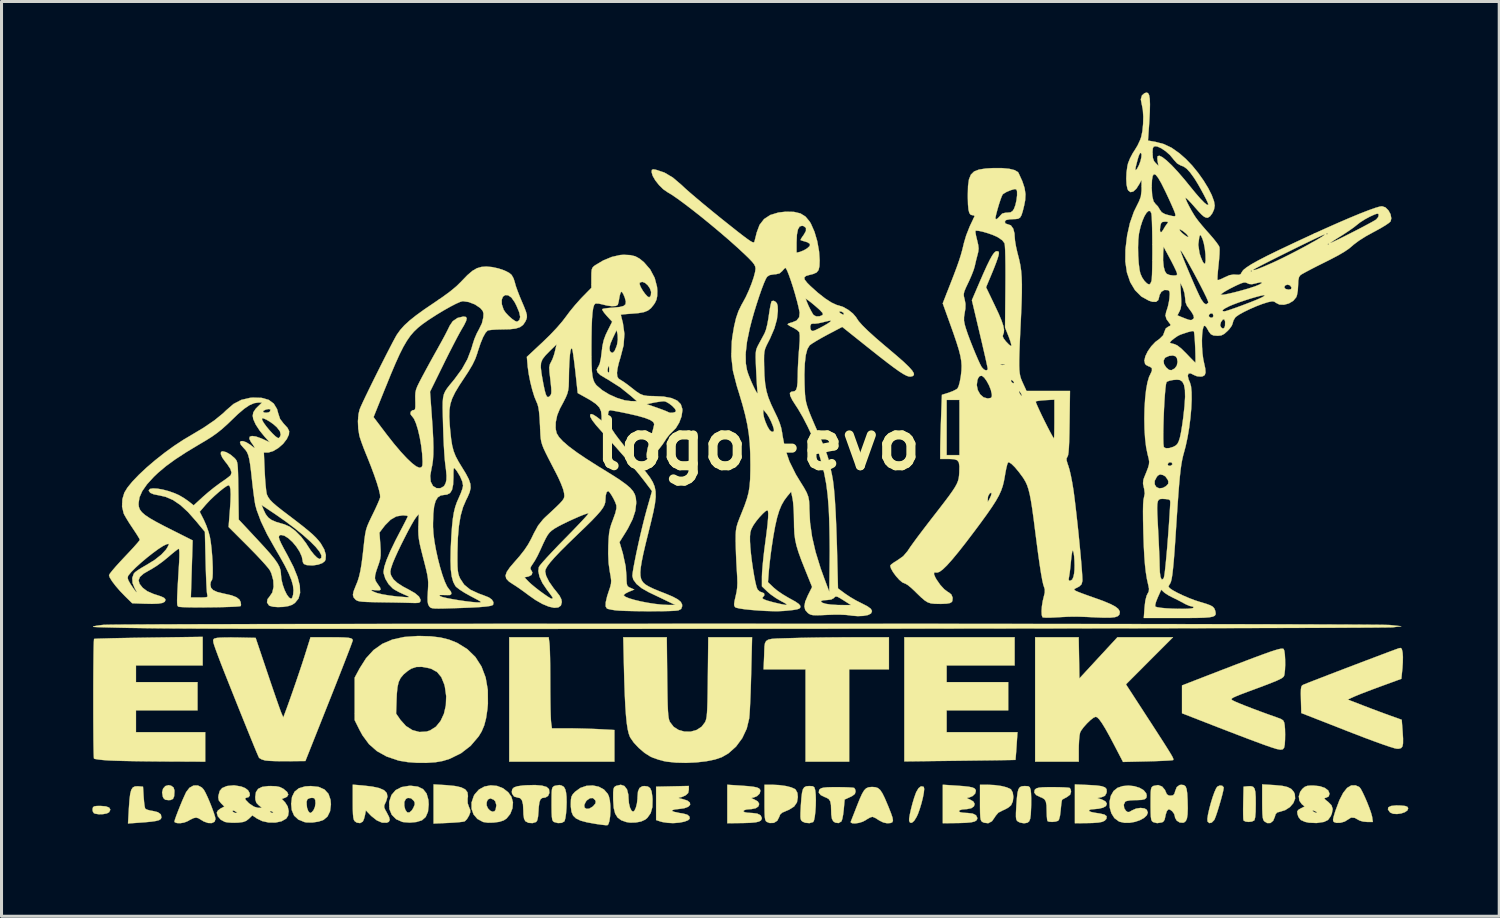
<source format=kicad_pcb>
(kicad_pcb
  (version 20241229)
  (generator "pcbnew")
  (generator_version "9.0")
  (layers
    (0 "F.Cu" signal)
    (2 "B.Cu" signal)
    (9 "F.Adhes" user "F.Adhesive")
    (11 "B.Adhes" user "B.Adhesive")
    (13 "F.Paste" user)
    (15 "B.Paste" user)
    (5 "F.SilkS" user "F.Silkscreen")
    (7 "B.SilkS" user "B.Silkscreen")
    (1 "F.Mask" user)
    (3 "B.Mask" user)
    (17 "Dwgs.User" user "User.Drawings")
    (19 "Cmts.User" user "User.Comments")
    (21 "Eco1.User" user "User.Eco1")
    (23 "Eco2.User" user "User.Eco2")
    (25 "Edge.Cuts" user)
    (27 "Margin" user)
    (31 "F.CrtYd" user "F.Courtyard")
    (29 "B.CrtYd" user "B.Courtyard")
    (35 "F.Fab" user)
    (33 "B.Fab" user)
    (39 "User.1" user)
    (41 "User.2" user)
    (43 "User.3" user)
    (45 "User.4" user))
  (footprint "logo-evo"
    (layer "F.Cu")
    (at 21.969 11.631)
    (property "Reference" "logo-evo" (at 0 0 0) (layer "F.SilkS") (effects (font (size 1.524 1.524) (thickness 0.3))))
    (attr through_hole)
    (fp_poly (pts (xy -21.522 11.932) (xy -21.413 11.974) (xy -21.378 12.041) (xy -21.418 12.125) (xy -21.494 12.165) (xy -21.619 12.188) (xy -21.759 12.192) (xy -21.879 12.173) (xy -21.922 12.155) (xy -21.96 12.089) (xy -21.964 12.018) (xy -21.949 11.961) (xy -21.91 11.931) (xy -21.826 11.919) (xy -21.7 11.917) (xy -21.522 11.932)) (stroke (width 0.01) (type solid)) (fill yes) (layer "F.SilkS"))
    (fp_poly (pts (xy -19.371 11.251) (xy -19.292 11.308) (xy -19.263 11.399) (xy -19.262 11.447) (xy -19.272 11.599) (xy -19.31 11.685) (xy -19.388 11.722) (xy -19.458 11.726) (xy -19.566 11.713) (xy -19.625 11.658) (xy -19.645 11.614) (xy -19.669 11.47) (xy -19.637 11.346) (xy -19.561 11.261) (xy -19.455 11.231) (xy -19.371 11.251)) (stroke (width 0.01) (type solid)) (fill yes) (layer "F.SilkS"))
    (fp_poly (pts (xy 21.211 11.904) (xy 21.352 11.918) (xy 21.427 11.945) (xy 21.455 11.991) (xy 21.455 11.992) (xy 21.431 12.064) (xy 21.347 12.123) (xy 21.224 12.165) (xy 21.087 12.184) (xy 20.958 12.176) (xy 20.862 12.134) (xy 20.852 12.125) (xy 20.787 12.032) (xy 20.801 11.962) (xy 20.893 11.918) (xy 21.061 11.9) (xy 21.211 11.904)) (stroke (width 0.01) (type solid)) (fill yes) (layer "F.SilkS"))
    (fp_poly (pts (xy -10.289 11.231) (xy -10.006 11.259) (xy -9.8 11.304) (xy -9.664 11.372) (xy -9.591 11.467) (xy -9.575 11.594) (xy -9.587 11.679) (xy -9.584 11.828) (xy -9.543 11.947) (xy -9.5 12.051) (xy -9.498 12.129) (xy -9.536 12.228) (xy -9.545 12.246) (xy -9.608 12.352) (xy -9.675 12.42) (xy -9.687 12.427) (xy -9.756 12.441) (xy -9.89 12.456) (xy -10.067 12.469) (xy -10.234 12.478) (xy -10.71 12.499) (xy -10.71 11.206) (xy -10.289 11.231)) (stroke (width 0.01) (type solid)) (fill yes) (layer "F.SilkS"))
    (fp_poly (pts (xy 5.455 11.282) (xy 5.469 11.294) (xy 5.482 11.357) (xy 5.47 11.479) (xy 5.439 11.642) (xy 5.393 11.826) (xy 5.337 12.012) (xy 5.277 12.18) (xy 5.233 12.277) (xy 5.152 12.407) (xy 5.076 12.473) (xy 5.016 12.469) (xy 4.985 12.411) (xy 4.986 12.332) (xy 5.009 12.194) (xy 5.048 12.019) (xy 5.097 11.829) (xy 5.152 11.646) (xy 5.207 11.492) (xy 5.219 11.461) (xy 5.295 11.332) (xy 5.377 11.27) (xy 5.455 11.282)) (stroke (width 0.01) (type solid)) (fill yes) (layer "F.SilkS"))
    (fp_poly (pts (xy 16.338 11.287) (xy 16.385 11.345) (xy 16.411 11.452) (xy 16.423 11.621) (xy 16.425 11.85) (xy 16.421 12.11) (xy 16.406 12.289) (xy 16.382 12.384) (xy 16.375 12.395) (xy 16.298 12.432) (xy 16.19 12.445) (xy 16.087 12.433) (xy 16.024 12.398) (xy 16.02 12.391) (xy 16.013 12.329) (xy 16.009 12.201) (xy 16.008 12.025) (xy 16.011 11.82) (xy 16.011 11.809) (xy 16.023 11.282) (xy 16.164 11.268) (xy 16.266 11.265) (xy 16.338 11.287)) (stroke (width 0.01) (type solid)) (fill yes) (layer "F.SilkS"))
    (fp_poly (pts (xy 4.318 7.408) (xy 3.006 7.408) (xy 3.006 10.456) (xy 1.566 10.456) (xy 1.566 7.408) (xy 0.181 7.408) (xy 0.199 6.996) (xy 0.205 6.799) (xy 0.211 6.651) (xy 0.228 6.545) (xy 0.267 6.474) (xy 0.338 6.429) (xy 0.452 6.404) (xy 0.619 6.392) (xy 0.851 6.385) (xy 1.11 6.378) (xy 1.401 6.37) (xy 1.753 6.363) (xy 2.14 6.357) (xy 2.54 6.353) (xy 2.927 6.351) (xy 3.143 6.35) (xy 4.318 6.35) (xy 4.318 7.408)) (stroke (width 0.01) (type solid)) (fill yes) (layer "F.SilkS"))
    (fp_poly (pts (xy -6.885 6.546) (xy -6.878 6.642) (xy -6.871 6.808) (xy -6.865 7.032) (xy -6.861 7.298) (xy -6.859 7.594) (xy -6.858 7.853) (xy -6.857 8.163) (xy -6.854 8.455) (xy -6.85 8.715) (xy -6.844 8.93) (xy -6.837 9.085) (xy -6.831 9.159) (xy -6.804 9.356) (xy -6.287 9.356) (xy -6.015 9.358) (xy -5.706 9.366) (xy -5.407 9.376) (xy -5.256 9.383) (xy -4.741 9.411) (xy -4.741 10.456) (xy -8.213 10.456) (xy -8.213 6.35) (xy -6.912 6.35) (xy -6.885 6.546)) (stroke (width 0.01) (type solid)) (fill yes) (layer "F.SilkS"))
    (fp_poly (pts (xy 8.467 7.281) (xy 6.223 7.281) (xy 6.223 7.832) (xy 8.255 7.832) (xy 8.255 8.763) (xy 6.223 8.763) (xy 6.223 9.483) (xy 8.561 9.483) (xy 8.531 9.938) (xy 8.518 10.123) (xy 8.506 10.273) (xy 8.498 10.37) (xy 8.494 10.398) (xy 8.452 10.399) (xy 8.334 10.402) (xy 8.148 10.405) (xy 7.904 10.409) (xy 7.609 10.413) (xy 7.274 10.417) (xy 6.905 10.422) (xy 6.657 10.425) (xy 4.826 10.448) (xy 4.826 6.35) (xy 8.467 6.35) (xy 8.467 7.281)) (stroke (width 0.01) (type solid)) (fill yes) (layer "F.SilkS"))
    (fp_poly (pts (xy 15.318 11.252) (xy 15.365 11.301) (xy 15.367 11.318) (xy 15.354 11.402) (xy 15.321 11.543) (xy 15.273 11.721) (xy 15.217 11.913) (xy 15.16 12.098) (xy 15.107 12.254) (xy 15.066 12.359) (xy 15.053 12.383) (xy 14.973 12.466) (xy 14.893 12.484) (xy 14.836 12.434) (xy 14.832 12.424) (xy 14.828 12.342) (xy 14.849 12.201) (xy 14.889 12.022) (xy 14.941 11.826) (xy 15 11.633) (xy 15.061 11.463) (xy 15.117 11.338) (xy 15.155 11.282) (xy 15.237 11.243) (xy 15.318 11.252)) (stroke (width 0.01) (type solid)) (fill yes) (layer "F.SilkS"))
    (fp_poly (pts (xy 17.046 11.23) (xy 17.297 11.254) (xy 17.476 11.295) (xy 17.599 11.359) (xy 17.679 11.452) (xy 17.713 11.526) (xy 17.724 11.674) (xy 17.666 11.823) (xy 17.552 11.955) (xy 17.395 12.056) (xy 17.235 12.105) (xy 17.13 12.134) (xy 17.078 12.194) (xy 17.056 12.272) (xy 16.999 12.408) (xy 16.908 12.481) (xy 16.8 12.483) (xy 16.704 12.422) (xy 16.676 12.379) (xy 16.656 12.305) (xy 16.645 12.187) (xy 16.639 12.012) (xy 16.637 11.781) (xy 16.637 11.206) (xy 17.046 11.23)) (stroke (width 0.01) (type solid)) (fill yes) (layer "F.SilkS"))
    (fp_poly (pts (xy 0.694 11.229) (xy 0.912 11.259) (xy 1.093 11.304) (xy 1.216 11.359) (xy 1.235 11.373) (xy 1.297 11.484) (xy 1.312 11.625) (xy 1.283 11.799) (xy 1.189 11.936) (xy 1.022 12.042) (xy 0.924 12.083) (xy 0.796 12.139) (xy 0.728 12.2) (xy 0.698 12.279) (xy 0.633 12.406) (xy 0.521 12.476) (xy 0.382 12.481) (xy 0.286 12.443) (xy 0.256 12.416) (xy 0.235 12.368) (xy 0.222 12.285) (xy 0.215 12.152) (xy 0.212 11.957) (xy 0.212 11.809) (xy 0.212 11.218) (xy 0.46 11.218) (xy 0.694 11.229)) (stroke (width 0.01) (type solid)) (fill yes) (layer "F.SilkS"))
    (fp_poly (pts (xy 1.802 11.267) (xy 1.855 11.301) (xy 1.882 11.384) (xy 1.887 11.41) (xy 1.902 11.549) (xy 1.907 11.725) (xy 1.903 11.917) (xy 1.89 12.107) (xy 1.871 12.272) (xy 1.846 12.392) (xy 1.819 12.448) (xy 1.695 12.485) (xy 1.553 12.472) (xy 1.462 12.431) (xy 1.428 12.399) (xy 1.407 12.352) (xy 1.398 12.273) (xy 1.399 12.146) (xy 1.409 11.955) (xy 1.412 11.897) (xy 1.43 11.652) (xy 1.451 11.479) (xy 1.481 11.365) (xy 1.526 11.3) (xy 1.591 11.269) (xy 1.682 11.261) (xy 1.693 11.261) (xy 1.802 11.267)) (stroke (width 0.01) (type solid)) (fill yes) (layer "F.SilkS"))
    (fp_poly (pts (xy -20.455 11.269) (xy -20.299 11.282) (xy -20.278 11.62) (xy -20.264 11.786) (xy -20.247 11.92) (xy -20.23 11.998) (xy -20.226 12.007) (xy -20.169 12.039) (xy -20.058 12.07) (xy -19.987 12.081) (xy -19.809 12.124) (xy -19.711 12.196) (xy -19.691 12.297) (xy -19.692 12.303) (xy -19.715 12.35) (xy -19.77 12.386) (xy -19.869 12.413) (xy -20.024 12.436) (xy -20.248 12.457) (xy -20.357 12.465) (xy -20.794 12.496) (xy -20.764 11.973) (xy -20.745 11.707) (xy -20.721 11.515) (xy -20.686 11.385) (xy -20.635 11.308) (xy -20.564 11.273) (xy -20.469 11.268) (xy -20.455 11.269)) (stroke (width 0.01) (type solid)) (fill yes) (layer "F.SilkS"))
    (fp_poly (pts (xy 7.806 11.229) (xy 8.024 11.259) (xy 8.205 11.304) (xy 8.328 11.359) (xy 8.347 11.373) (xy 8.405 11.475) (xy 8.425 11.618) (xy 8.407 11.768) (xy 8.351 11.892) (xy 8.347 11.897) (xy 8.259 11.971) (xy 8.132 12.041) (xy 8.082 12.061) (xy 7.931 12.139) (xy 7.835 12.25) (xy 7.823 12.274) (xy 7.719 12.422) (xy 7.596 12.488) (xy 7.456 12.471) (xy 7.398 12.443) (xy 7.368 12.416) (xy 7.347 12.368) (xy 7.334 12.285) (xy 7.327 12.152) (xy 7.324 11.957) (xy 7.324 11.809) (xy 7.324 11.218) (xy 7.572 11.218) (xy 7.806 11.229)) (stroke (width 0.01) (type solid)) (fill yes) (layer "F.SilkS"))
    (fp_poly (pts (xy -6.487 11.243) (xy -6.409 11.288) (xy -6.363 11.37) (xy -6.338 11.473) (xy -6.322 11.615) (xy -6.318 11.793) (xy -6.324 11.985) (xy -6.338 12.168) (xy -6.36 12.319) (xy -6.387 12.415) (xy -6.396 12.429) (xy -6.482 12.476) (xy -6.605 12.483) (xy -6.727 12.45) (xy -6.742 12.443) (xy -6.772 12.415) (xy -6.793 12.365) (xy -6.806 12.278) (xy -6.813 12.14) (xy -6.816 11.936) (xy -6.816 11.85) (xy -6.815 11.626) (xy -6.812 11.472) (xy -6.803 11.372) (xy -6.787 11.313) (xy -6.759 11.28) (xy -6.719 11.257) (xy -6.708 11.252) (xy -6.559 11.227) (xy -6.487 11.243)) (stroke (width 0.01) (type solid)) (fill yes) (layer "F.SilkS"))
    (fp_poly (pts (xy 8.914 11.267) (xy 8.967 11.3) (xy 8.994 11.383) (xy 8.998 11.405) (xy 9.008 11.51) (xy 9.014 11.673) (xy 9.013 11.867) (xy 9.01 11.979) (xy 9 12.194) (xy 8.981 12.338) (xy 8.946 12.426) (xy 8.89 12.471) (xy 8.805 12.486) (xy 8.761 12.488) (xy 8.644 12.466) (xy 8.574 12.431) (xy 8.54 12.399) (xy 8.519 12.352) (xy 8.51 12.273) (xy 8.511 12.146) (xy 8.521 11.955) (xy 8.524 11.897) (xy 8.542 11.652) (xy 8.563 11.479) (xy 8.593 11.365) (xy 8.638 11.3) (xy 8.703 11.269) (xy 8.794 11.261) (xy 8.805 11.261) (xy 8.914 11.267)) (stroke (width 0.01) (type solid)) (fill yes) (layer "F.SilkS"))
    (fp_poly (pts (xy 19.846 11.296) (xy 19.89 11.353) (xy 19.953 11.471) (xy 20.027 11.628) (xy 20.104 11.807) (xy 20.174 11.986) (xy 20.23 12.145) (xy 20.263 12.266) (xy 20.267 12.287) (xy 20.289 12.446) (xy 20.102 12.446) (xy 19.966 12.433) (xy 19.855 12.401) (xy 19.832 12.388) (xy 19.686 12.309) (xy 19.57 12.302) (xy 19.471 12.364) (xy 19.362 12.432) (xy 19.223 12.472) (xy 19.088 12.476) (xy 19.009 12.45) (xy 18.982 12.419) (xy 18.976 12.366) (xy 18.995 12.273) (xy 19.04 12.123) (xy 19.062 12.057) (xy 19.185 11.729) (xy 19.31 11.485) (xy 19.44 11.322) (xy 19.576 11.241) (xy 19.719 11.238) (xy 19.846 11.296)) (stroke (width 0.01) (type solid)) (fill yes) (layer "F.SilkS"))
    (fp_poly (pts (xy -18.357 11.31) (xy -18.293 11.382) (xy -18.239 11.477) (xy -18.169 11.624) (xy -18.094 11.799) (xy -18.022 11.982) (xy -17.961 12.15) (xy -17.92 12.282) (xy -17.907 12.351) (xy -17.94 12.44) (xy -18.028 12.483) (xy -18.152 12.48) (xy -18.297 12.428) (xy -18.375 12.381) (xy -18.469 12.323) (xy -18.548 12.302) (xy -18.637 12.321) (xy -18.761 12.382) (xy -18.838 12.426) (xy -18.944 12.466) (xy -19.065 12.486) (xy -19.175 12.483) (xy -19.248 12.459) (xy -19.262 12.433) (xy -19.246 12.369) (xy -19.204 12.247) (xy -19.143 12.087) (xy -19.071 11.907) (xy -18.997 11.728) (xy -18.926 11.569) (xy -18.875 11.46) (xy -18.766 11.318) (xy -18.633 11.244) (xy -18.49 11.241) (xy -18.357 11.31)) (stroke (width 0.01) (type solid)) (fill yes) (layer "F.SilkS"))
    (fp_poly (pts (xy -13.049 11.242) (xy -12.736 11.278) (xy -12.501 11.329) (xy -12.342 11.4) (xy -12.254 11.492) (xy -12.232 11.61) (xy -12.272 11.757) (xy -12.3 11.816) (xy -12.336 11.897) (xy -12.339 11.964) (xy -12.304 12.048) (xy -12.258 12.128) (xy -12.179 12.281) (xy -12.156 12.381) (xy -12.188 12.442) (xy -12.256 12.471) (xy -12.411 12.468) (xy -12.584 12.393) (xy -12.763 12.251) (xy -12.788 12.226) (xy -12.944 12.065) (xy -12.974 12.224) (xy -13.005 12.342) (xy -13.042 12.427) (xy -13.048 12.435) (xy -13.136 12.484) (xy -13.244 12.468) (xy -13.311 12.422) (xy -13.339 12.378) (xy -13.358 12.304) (xy -13.37 12.186) (xy -13.376 12.01) (xy -13.377 11.785) (xy -13.377 11.215) (xy -13.049 11.242)) (stroke (width 0.01) (type solid)) (fill yes) (layer "F.SilkS"))
    (fp_poly (pts (xy -7.132 11.247) (xy -6.979 11.291) (xy -6.902 11.361) (xy -6.9 11.367) (xy -6.887 11.488) (xy -6.931 11.587) (xy -7.016 11.639) (xy -7.042 11.642) (xy -7.126 11.655) (xy -7.183 11.703) (xy -7.218 11.8) (xy -7.239 11.96) (xy -7.246 12.078) (xy -7.262 12.274) (xy -7.289 12.394) (xy -7.325 12.447) (xy -7.444 12.484) (xy -7.577 12.475) (xy -7.68 12.422) (xy -7.723 12.341) (xy -7.744 12.198) (xy -7.747 12.08) (xy -7.758 11.869) (xy -7.793 11.732) (xy -7.855 11.659) (xy -7.931 11.642) (xy -8.052 11.608) (xy -8.119 11.513) (xy -8.128 11.448) (xy -8.112 11.364) (xy -8.055 11.306) (xy -7.944 11.268) (xy -7.768 11.243) (xy -7.656 11.235) (xy -7.359 11.228) (xy -7.132 11.247)) (stroke (width 0.01) (type solid)) (fill yes) (layer "F.SilkS"))
    (fp_poly (pts (xy -2.286 11.385) (xy -2.308 11.491) (xy -2.387 11.564) (xy -2.411 11.577) (xy -2.522 11.624) (xy -2.612 11.646) (xy -2.621 11.656) (xy -2.561 11.675) (xy -2.501 11.688) (xy -2.337 11.739) (xy -2.252 11.806) (xy -2.242 11.878) (xy -2.305 11.944) (xy -2.438 11.994) (xy -2.579 12.014) (xy -2.747 12.033) (xy -2.831 12.057) (xy -2.833 12.086) (xy -2.753 12.117) (xy -2.593 12.15) (xy -2.48 12.167) (xy -2.338 12.205) (xy -2.263 12.271) (xy -2.258 12.34) (xy -2.313 12.391) (xy -2.432 12.436) (xy -2.594 12.468) (xy -2.778 12.483) (xy -2.815 12.484) (xy -2.983 12.475) (xy -3.141 12.452) (xy -3.217 12.433) (xy -3.365 12.383) (xy -3.365 11.282) (xy -2.286 11.258) (xy -2.286 11.385)) (stroke (width 0.01) (type solid)) (fill yes) (layer "F.SilkS"))
    (fp_poly (pts (xy 2.821 11.299) (xy 2.993 11.305) (xy 3.117 11.314) (xy 3.174 11.324) (xy 3.175 11.324) (xy 3.209 11.383) (xy 3.217 11.446) (xy 3.194 11.521) (xy 3.112 11.586) (xy 3.037 11.624) (xy 2.857 11.705) (xy 2.827 12.038) (xy 2.807 12.203) (xy 2.781 12.34) (xy 2.753 12.422) (xy 2.748 12.429) (xy 2.656 12.483) (xy 2.546 12.468) (xy 2.48 12.422) (xy 2.438 12.343) (xy 2.416 12.203) (xy 2.412 12.073) (xy 2.406 11.887) (xy 2.382 11.766) (xy 2.332 11.69) (xy 2.245 11.641) (xy 2.198 11.624) (xy 2.066 11.558) (xy 2.003 11.478) (xy 2.015 11.393) (xy 2.038 11.364) (xy 2.084 11.334) (xy 2.16 11.314) (xy 2.282 11.302) (xy 2.464 11.297) (xy 2.619 11.297) (xy 2.821 11.299)) (stroke (width 0.01) (type solid)) (fill yes) (layer "F.SilkS"))
    (fp_poly (pts (xy 10.924 11.227) (xy 11.17 11.242) (xy 11.341 11.266) (xy 11.448 11.305) (xy 11.5 11.362) (xy 11.507 11.442) (xy 11.498 11.491) (xy 11.448 11.582) (xy 11.341 11.628) (xy 11.335 11.629) (xy 11.199 11.656) (xy 11.346 11.705) (xy 11.466 11.769) (xy 11.511 11.845) (xy 11.48 11.92) (xy 11.384 11.975) (xy 11.245 12.008) (xy 11.093 12.023) (xy 11.085 12.023) (xy 10.981 12.032) (xy 10.925 12.056) (xy 10.922 12.064) (xy 10.939 12.094) (xy 11.001 12.119) (xy 11.12 12.143) (xy 11.278 12.167) (xy 11.431 12.202) (xy 11.504 12.257) (xy 11.498 12.334) (xy 11.489 12.351) (xy 11.437 12.406) (xy 11.355 12.443) (xy 11.227 12.467) (xy 11.039 12.48) (xy 10.848 12.484) (xy 10.456 12.488) (xy 10.456 11.207) (xy 10.924 11.227)) (stroke (width 0.01) (type solid)) (fill yes) (layer "F.SilkS"))
    (fp_poly (pts (xy -8.614 11.257) (xy -8.415 11.335) (xy -8.245 11.468) (xy -8.14 11.617) (xy -8.09 11.798) (xy -8.106 11.994) (xy -8.179 12.181) (xy -8.301 12.332) (xy -8.398 12.396) (xy -8.543 12.442) (xy -8.73 12.467) (xy -8.919 12.471) (xy -9.071 12.448) (xy -9.075 12.447) (xy -9.261 12.348) (xy -9.39 12.198) (xy -9.456 12.012) (xy -9.456 11.804) (xy -9.452 11.795) (xy -8.959 11.795) (xy -8.958 11.901) (xy -8.915 11.998) (xy -8.845 12.071) (xy -8.767 12.107) (xy -8.697 12.092) (xy -8.662 12.04) (xy -8.637 11.892) (xy -8.674 11.766) (xy -8.726 11.711) (xy -8.834 11.668) (xy -8.916 11.705) (xy -8.959 11.795) (xy -9.452 11.795) (xy -9.384 11.59) (xy -9.354 11.536) (xy -9.212 11.376) (xy -9.03 11.277) (xy -8.825 11.238) (xy -8.614 11.257)) (stroke (width 0.01) (type solid)) (fill yes) (layer "F.SilkS"))
    (fp_poly (pts (xy -14.505 11.289) (xy -14.311 11.374) (xy -14.179 11.517) (xy -14.11 11.717) (xy -14.098 11.866) (xy -14.126 12.092) (xy -14.211 12.267) (xy -14.342 12.378) (xy -14.505 12.434) (xy -14.705 12.464) (xy -14.894 12.463) (xy -14.965 12.451) (xy -15.172 12.368) (xy -15.312 12.238) (xy -15.39 12.055) (xy -15.409 11.853) (xy -15.407 11.836) (xy -14.901 11.836) (xy -14.886 11.975) (xy -14.847 12.086) (xy -14.793 12.146) (xy -14.775 12.15) (xy -14.725 12.119) (xy -14.671 12.056) (xy -14.626 11.953) (xy -14.607 11.83) (xy -14.615 11.721) (xy -14.65 11.661) (xy -14.722 11.65) (xy -14.798 11.66) (xy -14.869 11.693) (xy -14.898 11.764) (xy -14.901 11.836) (xy -15.407 11.836) (xy -15.382 11.621) (xy -15.299 11.449) (xy -15.156 11.334) (xy -14.95 11.273) (xy -14.762 11.261) (xy -14.505 11.289)) (stroke (width 0.01) (type solid)) (fill yes) (layer "F.SilkS"))
    (fp_poly (pts (xy -11.227 11.28) (xy -11.055 11.364) (xy -10.94 11.509) (xy -10.881 11.717) (xy -10.871 11.87) (xy -10.894 12.106) (xy -10.969 12.281) (xy -11.092 12.39) (xy -11.098 12.393) (xy -11.278 12.448) (xy -11.495 12.468) (xy -11.707 12.451) (xy -11.746 12.443) (xy -11.946 12.354) (xy -12.09 12.209) (xy -12.168 12.019) (xy -12.175 11.795) (xy -12.173 11.782) (xy -11.675 11.782) (xy -11.675 11.925) (xy -11.642 12.044) (xy -11.583 12.128) (xy -11.509 12.134) (xy -11.428 12.064) (xy -11.378 11.982) (xy -11.333 11.876) (xy -11.333 11.805) (xy -11.362 11.749) (xy -11.454 11.664) (xy -11.559 11.652) (xy -11.623 11.686) (xy -11.675 11.782) (xy -12.173 11.782) (xy -12.171 11.769) (xy -12.098 11.555) (xy -11.962 11.396) (xy -11.766 11.295) (xy -11.513 11.253) (xy -11.461 11.252) (xy -11.227 11.28)) (stroke (width 0.01) (type solid)) (fill yes) (layer "F.SilkS"))
    (fp_poly (pts (xy -0.582 11.246) (xy -0.332 11.264) (xy -0.155 11.284) (xy -0.037 11.308) (xy 0.033 11.34) (xy 0.067 11.383) (xy 0.076 11.418) (xy 0.052 11.509) (xy -0.03 11.59) (xy -0.145 11.639) (xy -0.189 11.645) (xy -0.22 11.656) (xy -0.169 11.685) (xy -0.127 11.702) (xy -0.008 11.77) (xy 0.036 11.851) (xy 0.012 11.93) (xy -0.075 11.992) (xy -0.219 12.022) (xy -0.252 12.023) (xy -0.377 12.034) (xy -0.459 12.059) (xy -0.485 12.092) (xy -0.445 12.123) (xy -0.359 12.14) (xy -0.232 12.149) (xy -0.195 12.15) (xy -0.029 12.17) (xy 0.081 12.226) (xy 0.123 12.312) (xy 0.121 12.343) (xy 0.094 12.395) (xy 0.031 12.432) (xy -0.079 12.458) (xy -0.249 12.474) (xy -0.489 12.482) (xy -0.582 12.483) (xy -1.016 12.488) (xy -1.016 11.218) (xy -0.582 11.246)) (stroke (width 0.01) (type solid)) (fill yes) (layer "F.SilkS"))
    (fp_poly (pts (xy 6.53 11.246) (xy 6.78 11.264) (xy 6.957 11.284) (xy 7.075 11.308) (xy 7.145 11.34) (xy 7.179 11.383) (xy 7.188 11.418) (xy 7.164 11.509) (xy 7.082 11.59) (xy 6.967 11.639) (xy 6.923 11.645) (xy 6.892 11.656) (xy 6.943 11.685) (xy 6.985 11.702) (xy 7.104 11.77) (xy 7.148 11.851) (xy 7.124 11.93) (xy 7.037 11.992) (xy 6.893 12.022) (xy 6.86 12.023) (xy 6.735 12.034) (xy 6.653 12.059) (xy 6.627 12.092) (xy 6.667 12.123) (xy 6.753 12.14) (xy 6.88 12.149) (xy 6.917 12.15) (xy 7.083 12.17) (xy 7.193 12.226) (xy 7.235 12.312) (xy 7.233 12.343) (xy 7.206 12.395) (xy 7.143 12.432) (xy 7.033 12.458) (xy 6.863 12.474) (xy 6.623 12.482) (xy 6.53 12.483) (xy 6.096 12.488) (xy 6.096 11.218) (xy 6.53 11.246)) (stroke (width 0.01) (type solid)) (fill yes) (layer "F.SilkS"))
    (fp_poly (pts (xy 3.869 11.299) (xy 3.954 11.327) (xy 4.028 11.389) (xy 4.1 11.495) (xy 4.18 11.656) (xy 4.277 11.884) (xy 4.298 11.933) (xy 4.384 12.151) (xy 4.436 12.302) (xy 4.451 12.4) (xy 4.43 12.455) (xy 4.37 12.481) (xy 4.272 12.488) (xy 4.252 12.488) (xy 4.131 12.462) (xy 4 12.397) (xy 3.979 12.383) (xy 3.873 12.316) (xy 3.785 12.279) (xy 3.768 12.277) (xy 3.692 12.301) (xy 3.588 12.36) (xy 3.556 12.383) (xy 3.454 12.437) (xy 3.332 12.475) (xy 3.211 12.494) (xy 3.114 12.491) (xy 3.061 12.465) (xy 3.06 12.435) (xy 3.083 12.377) (xy 3.13 12.257) (xy 3.194 12.094) (xy 3.258 11.929) (xy 3.354 11.689) (xy 3.432 11.517) (xy 3.5 11.403) (xy 3.568 11.335) (xy 3.646 11.302) (xy 3.741 11.292) (xy 3.764 11.291) (xy 3.869 11.299)) (stroke (width 0.01) (type solid)) (fill yes) (layer "F.SilkS"))
    (fp_poly (pts (xy 12.414 11.265) (xy 12.587 11.318) (xy 12.725 11.398) (xy 12.809 11.501) (xy 12.827 11.58) (xy 12.813 11.65) (xy 12.762 11.694) (xy 12.658 11.718) (xy 12.489 11.726) (xy 12.43 11.726) (xy 12.278 11.734) (xy 12.163 11.755) (xy 12.116 11.777) (xy 12.069 11.877) (xy 12.084 11.994) (xy 12.141 12.078) (xy 12.198 12.119) (xy 12.254 12.115) (xy 12.342 12.064) (xy 12.475 12.005) (xy 12.623 11.983) (xy 12.753 11.999) (xy 12.828 12.045) (xy 12.863 12.137) (xy 12.827 12.228) (xy 12.736 12.314) (xy 12.603 12.387) (xy 12.442 12.442) (xy 12.268 12.473) (xy 12.095 12.475) (xy 11.937 12.44) (xy 11.907 12.428) (xy 11.761 12.32) (xy 11.66 12.161) (xy 11.606 11.973) (xy 11.599 11.774) (xy 11.641 11.585) (xy 11.732 11.425) (xy 11.861 11.32) (xy 12.033 11.262) (xy 12.223 11.245) (xy 12.414 11.265)) (stroke (width 0.01) (type solid)) (fill yes) (layer "F.SilkS"))
    (fp_poly (pts (xy -4.411 11.26) (xy -4.326 11.372) (xy -4.281 11.549) (xy -4.276 11.659) (xy -4.263 11.826) (xy -4.228 11.97) (xy -4.179 12.071) (xy -4.125 12.107) (xy -4.077 12.069) (xy -4.032 11.968) (xy -3.997 11.828) (xy -3.98 11.67) (xy -3.98 11.634) (xy -3.964 11.444) (xy -3.914 11.326) (xy -3.824 11.269) (xy -3.753 11.261) (xy -3.639 11.275) (xy -3.563 11.329) (xy -3.516 11.434) (xy -3.49 11.605) (xy -3.483 11.696) (xy -3.489 11.955) (xy -3.544 12.154) (xy -3.652 12.307) (xy -3.725 12.369) (xy -3.862 12.431) (xy -4.044 12.465) (xy -4.236 12.467) (xy -4.349 12.449) (xy -4.516 12.39) (xy -4.637 12.3) (xy -4.717 12.169) (xy -4.764 11.983) (xy -4.782 11.732) (xy -4.783 11.63) (xy -4.782 11.463) (xy -4.772 11.361) (xy -4.75 11.302) (xy -4.709 11.268) (xy -4.681 11.254) (xy -4.531 11.219) (xy -4.411 11.26)) (stroke (width 0.01) (type solid)) (fill yes) (layer "F.SilkS"))
    (fp_poly (pts (xy 9.933 11.299) (xy 10.105 11.305) (xy 10.229 11.314) (xy 10.286 11.324) (xy 10.287 11.324) (xy 10.32 11.383) (xy 10.329 11.453) (xy 10.298 11.546) (xy 10.196 11.622) (xy 10.192 11.625) (xy 10.096 11.676) (xy 10.038 11.71) (xy 10.034 11.713) (xy 10.021 11.761) (xy 10.005 11.872) (xy 9.99 12.022) (xy 9.988 12.05) (xy 9.964 12.243) (xy 9.931 12.366) (xy 9.902 12.407) (xy 9.818 12.434) (xy 9.705 12.445) (xy 9.601 12.437) (xy 9.553 12.418) (xy 9.539 12.364) (xy 9.529 12.25) (xy 9.524 12.099) (xy 9.524 12.09) (xy 9.519 11.9) (xy 9.497 11.775) (xy 9.451 11.697) (xy 9.371 11.646) (xy 9.31 11.624) (xy 9.178 11.558) (xy 9.115 11.478) (xy 9.127 11.393) (xy 9.15 11.364) (xy 9.196 11.334) (xy 9.272 11.314) (xy 9.394 11.302) (xy 9.576 11.297) (xy 9.731 11.297) (xy 9.933 11.299)) (stroke (width 0.01) (type solid)) (fill yes) (layer "F.SilkS"))
    (fp_poly (pts (xy -5.257 11.283) (xy -5.087 11.375) (xy -4.962 11.517) (xy -4.924 11.601) (xy -4.892 11.738) (xy -4.876 11.909) (xy -4.874 12.093) (xy -4.885 12.27) (xy -4.908 12.419) (xy -4.941 12.521) (xy -4.975 12.554) (xy -5.034 12.552) (xy -5.153 12.539) (xy -5.311 12.517) (xy -5.362 12.509) (xy -5.648 12.458) (xy -5.861 12.401) (xy -6.009 12.329) (xy -6.105 12.236) (xy -6.158 12.111) (xy -6.179 11.948) (xy -6.18 11.885) (xy -5.737 11.885) (xy -5.727 11.969) (xy -5.667 12.013) (xy -5.574 12.007) (xy -5.462 11.941) (xy -5.436 11.917) (xy -5.368 11.835) (xy -5.359 11.769) (xy -5.378 11.724) (xy -5.451 11.657) (xy -5.547 11.661) (xy -5.65 11.733) (xy -5.681 11.771) (xy -5.737 11.885) (xy -6.18 11.885) (xy -6.181 11.865) (xy -6.177 11.71) (xy -6.159 11.61) (xy -6.116 11.533) (xy -6.041 11.451) (xy -5.865 11.323) (xy -5.664 11.254) (xy -5.455 11.242) (xy -5.257 11.283)) (stroke (width 0.01) (type solid)) (fill yes) (layer "F.SilkS"))
    (fp_poly (pts (xy 10.593 7.029) (xy 10.604 7.709) (xy 11.232 7.029) (xy 11.86 6.35) (xy 13.694 6.35) (xy 12.917 7.127) (xy 12.141 7.905) (xy 12.88 9.043) (xy 13.102 9.385) (xy 13.281 9.663) (xy 13.423 9.884) (xy 13.53 10.054) (xy 13.608 10.181) (xy 13.661 10.271) (xy 13.692 10.332) (xy 13.705 10.37) (xy 13.706 10.392) (xy 13.699 10.403) (xy 13.651 10.411) (xy 13.532 10.42) (xy 13.355 10.429) (xy 13.134 10.438) (xy 12.882 10.445) (xy 12.86 10.446) (xy 12.044 10.465) (xy 11.772 9.942) (xy 11.602 9.62) (xy 11.462 9.369) (xy 11.349 9.185) (xy 11.26 9.061) (xy 11.191 8.993) (xy 11.143 8.975) (xy 11.07 9.006) (xy 10.966 9.087) (xy 10.851 9.198) (xy 10.742 9.32) (xy 10.659 9.435) (xy 10.628 9.496) (xy 10.609 9.59) (xy 10.594 9.742) (xy 10.585 9.929) (xy 10.583 10.036) (xy 10.583 10.456) (xy 9.144 10.456) (xy 9.144 6.35) (xy 10.581 6.35) (xy 10.593 7.029)) (stroke (width 0.01) (type solid)) (fill yes) (layer "F.SilkS"))
    (fp_poly (pts (xy -18.33 7.281) (xy -20.532 7.281) (xy -20.532 7.832) (xy -18.5 7.832) (xy -18.5 8.763) (xy -20.532 8.763) (xy -20.532 9.483) (xy -18.246 9.483) (xy -18.246 10.456) (xy -19.611 10.45) (xy -19.968 10.447) (xy -20.321 10.443) (xy -20.653 10.438) (xy -20.951 10.432) (xy -21.2 10.425) (xy -21.383 10.418) (xy -21.43 10.416) (xy -21.619 10.402) (xy -21.775 10.385) (xy -21.881 10.367) (xy -21.917 10.355) (xy -21.922 10.308) (xy -21.927 10.187) (xy -21.931 10.002) (xy -21.935 9.763) (xy -21.937 9.48) (xy -21.939 9.163) (xy -21.94 8.824) (xy -21.94 8.472) (xy -21.94 8.117) (xy -21.939 7.769) (xy -21.937 7.44) (xy -21.934 7.138) (xy -21.931 6.876) (xy -21.927 6.661) (xy -21.922 6.506) (xy -21.916 6.419) (xy -21.913 6.405) (xy -21.868 6.401) (xy -21.748 6.395) (xy -21.56 6.39) (xy -21.314 6.383) (xy -21.019 6.377) (xy -20.684 6.371) (xy -20.317 6.365) (xy -20.113 6.362) (xy -18.33 6.337) (xy -18.33 7.281)) (stroke (width 0.01) (type solid)) (fill yes) (layer "F.SilkS"))
    (fp_poly (pts (xy 18.326 11.244) (xy 18.537 11.266) (xy 18.706 11.323) (xy 18.817 11.407) (xy 18.859 11.512) (xy 18.86 11.515) (xy 18.831 11.604) (xy 18.758 11.641) (xy 18.7 11.658) (xy 18.693 11.682) (xy 18.744 11.73) (xy 18.811 11.782) (xy 18.923 11.895) (xy 18.964 12.017) (xy 18.936 12.167) (xy 18.897 12.259) (xy 18.81 12.379) (xy 18.676 12.445) (xy 18.675 12.445) (xy 18.434 12.481) (xy 18.179 12.47) (xy 18.05 12.442) (xy 17.913 12.382) (xy 17.834 12.283) (xy 17.801 12.184) (xy 17.793 12.101) (xy 17.805 12.084) (xy 18.302 12.084) (xy 18.33 12.107) (xy 18.408 12.143) (xy 18.436 12.148) (xy 18.444 12.131) (xy 18.415 12.107) (xy 18.338 12.072) (xy 18.309 12.066) (xy 18.302 12.084) (xy 17.805 12.084) (xy 17.834 12.044) (xy 17.905 12.002) (xy 18.038 11.934) (xy 17.943 11.857) (xy 17.863 11.742) (xy 17.846 11.599) (xy 17.892 11.45) (xy 17.963 11.355) (xy 18.041 11.288) (xy 18.125 11.255) (xy 18.247 11.244) (xy 18.326 11.244)) (stroke (width 0.01) (type solid)) (fill yes) (layer "F.SilkS"))
    (fp_poly (pts (xy 14.051 11.23) (xy 14.106 11.27) (xy 14.141 11.354) (xy 14.162 11.494) (xy 14.174 11.704) (xy 14.175 11.728) (xy 14.181 11.998) (xy 14.174 12.194) (xy 14.154 12.329) (xy 14.117 12.414) (xy 14.062 12.46) (xy 14.03 12.472) (xy 13.916 12.464) (xy 13.816 12.401) (xy 13.761 12.304) (xy 13.758 12.275) (xy 13.732 12.181) (xy 13.668 12.093) (xy 13.591 12.037) (xy 13.537 12.033) (xy 13.49 12.09) (xy 13.452 12.205) (xy 13.444 12.248) (xy 13.415 12.376) (xy 13.368 12.442) (xy 13.322 12.462) (xy 13.17 12.485) (xy 13.05 12.455) (xy 13.028 12.443) (xy 12.997 12.415) (xy 12.976 12.365) (xy 12.963 12.278) (xy 12.957 12.14) (xy 12.954 11.936) (xy 12.954 11.85) (xy 12.955 11.626) (xy 12.958 11.471) (xy 12.967 11.372) (xy 12.983 11.313) (xy 13.01 11.28) (xy 13.05 11.257) (xy 13.056 11.255) (xy 13.202 11.228) (xy 13.334 11.277) (xy 13.429 11.39) (xy 13.446 11.433) (xy 13.492 11.533) (xy 13.556 11.573) (xy 13.614 11.578) (xy 13.699 11.565) (xy 13.743 11.509) (xy 13.763 11.435) (xy 13.818 11.295) (xy 13.911 11.227) (xy 13.97 11.22) (xy 14.051 11.23)) (stroke (width 0.01) (type solid)) (fill yes) (layer "F.SilkS"))
    (fp_poly (pts (xy 21.245 6.739) (xy 21.267 6.835) (xy 21.272 6.867) (xy 21.281 7) (xy 21.278 7.179) (xy 21.266 7.369) (xy 21.264 7.385) (xy 21.23 7.722) (xy 20.554 7.969) (xy 20.312 8.058) (xy 20.081 8.146) (xy 19.881 8.223) (xy 19.729 8.285) (xy 19.668 8.311) (xy 19.458 8.406) (xy 19.963 8.601) (xy 20.203 8.693) (xy 20.46 8.79) (xy 20.701 8.879) (xy 20.855 8.935) (xy 21.242 9.074) (xy 21.272 9.466) (xy 21.286 9.695) (xy 21.285 9.854) (xy 21.266 9.953) (xy 21.223 10.007) (xy 21.153 10.028) (xy 21.09 10.03) (xy 21.008 10.014) (xy 20.854 9.967) (xy 20.634 9.892) (xy 20.355 9.792) (xy 20.022 9.668) (xy 19.642 9.522) (xy 19.431 9.44) (xy 17.928 8.852) (xy 17.916 8.408) (xy 17.912 8.206) (xy 17.915 8.072) (xy 17.927 7.991) (xy 17.95 7.946) (xy 17.98 7.924) (xy 18.035 7.9) (xy 18.158 7.851) (xy 18.34 7.78) (xy 18.569 7.692) (xy 18.834 7.589) (xy 19.126 7.477) (xy 19.432 7.36) (xy 19.744 7.241) (xy 20.049 7.125) (xy 20.338 7.016) (xy 20.599 6.917) (xy 20.822 6.833) (xy 20.997 6.768) (xy 21.113 6.726) (xy 21.153 6.712) (xy 21.212 6.704) (xy 21.245 6.739)) (stroke (width 0.01) (type solid)) (fill yes) (layer "F.SilkS"))
    (fp_poly (pts (xy 17.337 6.733) (xy 17.345 6.739) (xy 17.368 6.799) (xy 17.385 6.921) (xy 17.394 7.082) (xy 17.396 7.258) (xy 17.389 7.427) (xy 17.373 7.565) (xy 17.363 7.614) (xy 17.344 7.651) (xy 17.301 7.689) (xy 17.225 7.733) (xy 17.107 7.788) (xy 16.936 7.857) (xy 16.703 7.947) (xy 16.449 8.042) (xy 16.162 8.148) (xy 15.947 8.229) (xy 15.794 8.29) (xy 15.695 8.335) (xy 15.641 8.367) (xy 15.624 8.392) (xy 15.636 8.414) (xy 15.666 8.435) (xy 15.743 8.473) (xy 15.886 8.534) (xy 16.082 8.613) (xy 16.318 8.704) (xy 16.58 8.802) (xy 16.854 8.902) (xy 17.128 8.999) (xy 17.133 9.001) (xy 17.261 9.05) (xy 17.331 9.097) (xy 17.364 9.165) (xy 17.379 9.249) (xy 17.39 9.379) (xy 17.394 9.555) (xy 17.391 9.737) (xy 17.382 9.889) (xy 17.362 9.992) (xy 17.319 10.048) (xy 17.24 10.061) (xy 17.113 10.037) (xy 16.926 9.978) (xy 16.785 9.929) (xy 16.634 9.875) (xy 16.419 9.795) (xy 16.154 9.696) (xy 15.856 9.582) (xy 15.537 9.46) (xy 15.213 9.335) (xy 15.177 9.321) (xy 13.991 8.859) (xy 13.991 7.94) (xy 15.262 7.448) (xy 15.719 7.272) (xy 16.104 7.125) (xy 16.423 7.004) (xy 16.682 6.909) (xy 16.887 6.835) (xy 17.046 6.783) (xy 17.164 6.748) (xy 17.248 6.73) (xy 17.303 6.726) (xy 17.337 6.733)) (stroke (width 0.01) (type solid)) (fill yes) (layer "F.SilkS"))
    (fp_poly (pts (xy -2.999 7.673) (xy -2.994 8.05) (xy -2.989 8.352) (xy -2.983 8.589) (xy -2.975 8.77) (xy -2.965 8.905) (xy -2.953 9.004) (xy -2.937 9.075) (xy -2.917 9.13) (xy -2.91 9.146) (xy -2.787 9.306) (xy -2.619 9.412) (xy -2.424 9.465) (xy -2.22 9.464) (xy -2.026 9.409) (xy -1.861 9.301) (xy -1.75 9.153) (xy -1.728 9.101) (xy -1.71 9.038) (xy -1.696 8.954) (xy -1.685 8.839) (xy -1.677 8.684) (xy -1.67 8.478) (xy -1.665 8.212) (xy -1.66 7.876) (xy -1.658 7.673) (xy -1.644 6.35) (xy -0.198 6.35) (xy -0.228 7.546) (xy -0.237 7.873) (xy -0.247 8.187) (xy -0.259 8.474) (xy -0.271 8.72) (xy -0.283 8.91) (xy -0.294 9.029) (xy -0.294 9.03) (xy -0.375 9.367) (xy -0.523 9.681) (xy -0.727 9.957) (xy -0.976 10.18) (xy -1.197 10.308) (xy -1.424 10.385) (xy -1.711 10.443) (xy -2.036 10.48) (xy -2.376 10.496) (xy -2.709 10.488) (xy -3.011 10.456) (xy -3.116 10.436) (xy -3.292 10.388) (xy -3.467 10.327) (xy -3.556 10.287) (xy -3.745 10.167) (xy -3.935 10.006) (xy -4.101 9.829) (xy -4.218 9.66) (xy -4.23 9.637) (xy -4.27 9.528) (xy -4.305 9.377) (xy -4.335 9.178) (xy -4.36 8.923) (xy -4.382 8.607) (xy -4.4 8.223) (xy -4.416 7.765) (xy -4.424 7.44) (xy -4.45 6.35) (xy -3.013 6.35) (xy -2.999 7.673)) (stroke (width 0.01) (type solid)) (fill yes) (layer "F.SilkS"))
    (fp_poly (pts (xy -13.865 6.351) (xy -13.664 6.357) (xy -13.525 6.367) (xy -13.438 6.385) (xy -13.393 6.41) (xy -13.378 6.446) (xy -13.377 6.454) (xy -13.393 6.502) (xy -13.436 6.621) (xy -13.505 6.804) (xy -13.597 7.042) (xy -13.708 7.328) (xy -13.836 7.654) (xy -13.977 8.012) (xy -14.129 8.395) (xy -14.159 8.47) (xy -14.94 10.435) (xy -15.524 10.441) (xy -15.753 10.441) (xy -15.967 10.437) (xy -16.142 10.429) (xy -16.258 10.418) (xy -16.271 10.416) (xy -16.385 10.381) (xy -16.462 10.335) (xy -16.471 10.325) (xy -16.497 10.268) (xy -16.552 10.141) (xy -16.632 9.949) (xy -16.733 9.701) (xy -16.854 9.403) (xy -16.991 9.064) (xy -17.142 8.69) (xy -17.302 8.289) (xy -17.47 7.868) (xy -17.629 7.468) (xy -17.728 7.215) (xy -17.817 6.981) (xy -17.891 6.781) (xy -17.945 6.628) (xy -17.973 6.537) (xy -17.975 6.529) (xy -17.985 6.439) (xy -17.953 6.396) (xy -17.859 6.372) (xy -17.763 6.363) (xy -17.604 6.358) (xy -17.403 6.356) (xy -17.18 6.358) (xy -17.149 6.359) (xy -16.582 6.371) (xy -16.19 7.535) (xy -16.087 7.841) (xy -15.989 8.127) (xy -15.901 8.382) (xy -15.827 8.593) (xy -15.771 8.75) (xy -15.737 8.84) (xy -15.734 8.848) (xy -15.67 8.996) (xy -15.629 8.888) (xy -15.557 8.695) (xy -15.466 8.442) (xy -15.363 8.15) (xy -15.255 7.838) (xy -15.15 7.528) (xy -15.053 7.239) (xy -14.973 6.993) (xy -14.947 6.911) (xy -14.771 6.35) (xy -14.141 6.35) (xy -13.865 6.351)) (stroke (width 0.01) (type solid)) (fill yes) (layer "F.SilkS"))
    (fp_poly (pts (xy -10.797 6.32) (xy -10.48 6.359) (xy -10.201 6.428) (xy -9.942 6.531) (xy -9.92 6.542) (xy -9.594 6.745) (xy -9.329 7.004) (xy -9.128 7.317) (xy -8.991 7.68) (xy -8.92 8.09) (xy -8.917 8.545) (xy -8.933 8.726) (xy -8.977 9.022) (xy -9.038 9.258) (xy -9.123 9.459) (xy -9.222 9.622) (xy -9.486 9.932) (xy -9.805 10.179) (xy -10.175 10.361) (xy -10.402 10.432) (xy -10.645 10.475) (xy -10.94 10.495) (xy -11.256 10.494) (xy -11.563 10.471) (xy -11.832 10.427) (xy -11.88 10.415) (xy -12.262 10.285) (xy -12.579 10.108) (xy -12.841 9.878) (xy -13.057 9.585) (xy -13.157 9.401) (xy -13.314 9.085) (xy -13.314 8.869) (xy -11.947 8.869) (xy -11.802 9.079) (xy -11.621 9.28) (xy -11.408 9.415) (xy -11.177 9.477) (xy -10.942 9.463) (xy -10.825 9.425) (xy -10.631 9.301) (xy -10.478 9.112) (xy -10.367 8.873) (xy -10.304 8.596) (xy -10.293 8.295) (xy -10.337 7.982) (xy -10.357 7.905) (xy -10.454 7.667) (xy -10.594 7.498) (xy -10.784 7.393) (xy -10.854 7.372) (xy -11.093 7.327) (xy -11.283 7.331) (xy -11.447 7.387) (xy -11.562 7.462) (xy -11.7 7.577) (xy -11.797 7.693) (xy -11.862 7.826) (xy -11.901 7.996) (xy -11.923 8.221) (xy -11.93 8.379) (xy -11.947 8.869) (xy -13.314 8.869) (xy -13.314 7.684) (xy -13.151 7.379) (xy -12.937 7.042) (xy -12.691 6.773) (xy -12.403 6.569) (xy -12.069 6.426) (xy -11.681 6.341) (xy -11.231 6.309) (xy -11.176 6.309) (xy -10.797 6.32)) (stroke (width 0.01) (type solid)) (fill yes) (layer "F.SilkS"))
    (fp_poly (pts (xy -17.057 11.277) (xy -16.926 11.329) (xy -16.832 11.402) (xy -16.781 11.492) (xy -16.775 11.575) (xy -16.82 11.631) (xy -16.872 11.642) (xy -16.928 11.661) (xy -16.91 11.719) (xy -16.817 11.815) (xy -16.776 11.85) (xy -16.634 11.942) (xy -16.505 11.98) (xy -16.495 11.98) (xy -16.372 11.98) (xy -16.483 11.893) (xy -16.558 11.814) (xy -16.59 11.714) (xy -16.595 11.62) (xy -16.572 11.462) (xy -16.5 11.354) (xy -16.368 11.289) (xy -16.169 11.262) (xy -16.087 11.261) (xy -15.908 11.268) (xy -15.782 11.294) (xy -15.675 11.347) (xy -15.659 11.357) (xy -15.541 11.458) (xy -15.504 11.544) (xy -15.547 11.614) (xy -15.603 11.643) (xy -15.719 11.687) (xy -15.606 11.804) (xy -15.524 11.936) (xy -15.491 12.09) (xy -15.51 12.235) (xy -15.573 12.335) (xy -15.727 12.423) (xy -15.927 12.466) (xy -16.148 12.465) (xy -16.363 12.418) (xy -16.538 12.333) (xy -16.691 12.229) (xy -16.808 12.342) (xy -16.894 12.409) (xy -16.994 12.447) (xy -17.139 12.467) (xy -17.194 12.47) (xy -17.361 12.472) (xy -17.515 12.46) (xy -17.598 12.444) (xy -17.734 12.371) (xy -17.831 12.259) (xy -17.865 12.141) (xy -17.832 12.076) (xy -17.344 12.076) (xy -17.335 12.107) (xy -17.275 12.144) (xy -17.238 12.149) (xy -17.19 12.142) (xy -17.221 12.113) (xy -17.23 12.107) (xy -17.269 12.088) (xy -16.111 12.088) (xy -16.108 12.108) (xy -16.062 12.143) (xy -16.014 12.149) (xy -16.002 12.133) (xy -16.035 12.106) (xy -16.068 12.091) (xy -16.111 12.088) (xy -17.269 12.088) (xy -17.307 12.07) (xy -17.344 12.076) (xy -17.832 12.076) (xy -17.83 12.072) (xy -17.746 12.006) (xy -17.74 12.003) (xy -17.615 11.938) (xy -17.724 11.829) (xy -17.798 11.734) (xy -17.815 11.633) (xy -17.808 11.571) (xy -17.767 11.421) (xy -17.688 11.328) (xy -17.55 11.268) (xy -17.52 11.259) (xy -17.294 11.237) (xy -17.057 11.277)) (stroke (width 0.01) (type solid)) (fill yes) (layer "F.SilkS"))
    (fp_poly (pts (xy -0.287 5.905) (xy 0.88 5.906) (xy 2.044 5.906) (xy 3.201 5.906) (xy 4.349 5.907) (xy 5.483 5.907) (xy 6.602 5.908) (xy 7.702 5.909) (xy 8.78 5.91) (xy 9.832 5.911) (xy 10.855 5.912) (xy 11.847 5.913) (xy 12.805 5.915) (xy 13.724 5.916) (xy 14.602 5.918) (xy 15.436 5.919) (xy 16.223 5.921) (xy 16.959 5.923) (xy 17.641 5.925) (xy 18.267 5.927) (xy 18.833 5.929) (xy 19.336 5.931) (xy 19.772 5.933) (xy 20.139 5.936) (xy 20.434 5.938) (xy 20.653 5.941) (xy 20.793 5.944) (xy 20.849 5.946) (xy 21.23 5.987) (xy 20.955 6.021) (xy 20.894 6.024) (xy 20.752 6.026) (xy 20.531 6.028) (xy 20.236 6.031) (xy 19.868 6.033) (xy 19.432 6.035) (xy 18.93 6.038) (xy 18.366 6.04) (xy 17.742 6.042) (xy 17.063 6.044) (xy 16.331 6.046) (xy 15.55 6.048) (xy 14.722 6.05) (xy 13.85 6.052) (xy 12.939 6.054) (xy 11.991 6.056) (xy 11.01 6.057) (xy 9.998 6.059) (xy 8.958 6.06) (xy 7.895 6.062) (xy 6.811 6.063) (xy 5.709 6.065) (xy 4.593 6.066) (xy 3.465 6.067) (xy 2.329 6.068) (xy 1.188 6.069) (xy 0.046 6.07) (xy -1.095 6.071) (xy -2.231 6.072) (xy -3.359 6.072) (xy -4.477 6.073) (xy -5.58 6.073) (xy -6.666 6.074) (xy -7.731 6.074) (xy -8.772 6.074) (xy -9.786 6.074) (xy -10.771 6.074) (xy -11.721 6.073) (xy -12.636 6.073) (xy -13.51 6.072) (xy -14.342 6.072) (xy -15.127 6.071) (xy -15.863 6.07) (xy -16.547 6.069) (xy -17.174 6.068) (xy -17.743 6.066) (xy -18.25 6.065) (xy -18.692 6.063) (xy -19.065 6.061) (xy -19.366 6.059) (xy -19.544 6.058) (xy -19.985 6.053) (xy -20.4 6.047) (xy -20.782 6.041) (xy -21.123 6.034) (xy -21.416 6.027) (xy -21.652 6.021) (xy -21.825 6.015) (xy -21.926 6.009) (xy -21.949 6.005) (xy -21.923 5.989) (xy -21.83 5.97) (xy -21.686 5.95) (xy -21.604 5.941) (xy -21.532 5.939) (xy -21.38 5.936) (xy -21.149 5.933) (xy -20.842 5.931) (xy -20.464 5.929) (xy -20.017 5.926) (xy -19.505 5.924) (xy -18.929 5.922) (xy -18.295 5.92) (xy -17.604 5.919) (xy -16.859 5.917) (xy -16.065 5.915) (xy -15.224 5.914) (xy -14.339 5.913) (xy -13.414 5.912) (xy -12.451 5.91) (xy -11.454 5.909) (xy -10.426 5.909) (xy -9.37 5.908) (xy -8.288 5.907) (xy -7.185 5.907) (xy -6.064 5.906) (xy -4.927 5.906) (xy -3.778 5.906) (xy -2.619 5.905) (xy -1.455 5.905) (xy -0.287 5.905)) (stroke (width 0.01) (type solid)) (fill yes) (layer "F.SilkS"))
    (fp_poly (pts (xy -16.382 -1.55) (xy -16.153 -1.485) (xy -15.985 -1.362) (xy -15.876 -1.181) (xy -15.838 -1.041) (xy -15.776 -0.855) (xy -15.658 -0.7) (xy -15.649 -0.691) (xy -15.529 -0.56) (xy -15.476 -0.452) (xy -15.484 -0.34) (xy -15.55 -0.2) (xy -15.558 -0.186) (xy -15.677 -0.032) (xy -15.833 0.104) (xy -16.001 0.205) (xy -16.156 0.252) (xy -16.186 0.254) (xy -16.311 0.254) (xy -16.283 0.889) (xy -16.27 1.122) (xy -16.253 1.333) (xy -16.235 1.503) (xy -16.217 1.616) (xy -16.21 1.64) (xy -16.169 1.726) (xy -16.109 1.812) (xy -16.017 1.907) (xy -15.883 2.024) (xy -15.697 2.171) (xy -15.557 2.277) (xy -15.264 2.5) (xy -15.031 2.681) (xy -14.848 2.83) (xy -14.705 2.953) (xy -14.595 3.06) (xy -14.507 3.158) (xy -14.432 3.254) (xy -14.431 3.256) (xy -14.318 3.452) (xy -14.265 3.634) (xy -14.275 3.787) (xy -14.3 3.839) (xy -14.381 3.903) (xy -14.518 3.953) (xy -14.683 3.978) (xy -14.731 3.979) (xy -14.895 3.969) (xy -14.99 3.932) (xy -15.027 3.864) (xy -15.029 3.837) (xy -15.058 3.689) (xy -15.132 3.524) (xy -15.24 3.358) (xy -15.368 3.205) (xy -15.504 3.081) (xy -15.634 2.999) (xy -15.745 2.974) (xy -15.776 2.981) (xy -15.808 3.005) (xy -15.817 3.05) (xy -15.797 3.126) (xy -15.745 3.244) (xy -15.657 3.415) (xy -15.531 3.645) (xy -15.332 4.033) (xy -15.197 4.368) (xy -15.124 4.651) (xy -15.115 4.886) (xy -15.168 5.073) (xy -15.284 5.216) (xy -15.378 5.279) (xy -15.504 5.322) (xy -15.669 5.348) (xy -15.846 5.355) (xy -16.006 5.343) (xy -16.121 5.312) (xy -16.144 5.297) (xy -16.207 5.201) (xy -16.19 5.093) (xy -16.129 5.016) (xy -16.033 4.876) (xy -15.99 4.688) (xy -16 4.472) (xy -16.062 4.246) (xy -16.107 4.149) (xy -16.159 4.076) (xy -16.262 3.954) (xy -16.405 3.796) (xy -16.578 3.612) (xy -16.771 3.415) (xy -16.829 3.356) (xy -17.475 2.711) (xy -17.435 2.201) (xy -17.413 1.877) (xy -17.406 1.632) (xy -17.414 1.463) (xy -17.437 1.364) (xy -17.474 1.333) (xy -17.54 1.362) (xy -17.649 1.438) (xy -17.786 1.548) (xy -17.936 1.68) (xy -18.083 1.82) (xy -18.211 1.956) (xy -18.235 1.983) (xy -18.428 2.209) (xy -18.295 2.47) (xy -18.212 2.658) (xy -18.136 2.874) (xy -18.095 3.027) (xy -18.066 3.192) (xy -18.041 3.393) (xy -18.021 3.616) (xy -18.006 3.842) (xy -17.998 4.056) (xy -17.998 4.24) (xy -18.005 4.379) (xy -18.022 4.455) (xy -18.028 4.463) (xy -18.063 4.523) (xy -18.076 4.616) (xy -18.055 4.717) (xy -17.983 4.795) (xy -17.851 4.856) (xy -17.646 4.907) (xy -17.611 4.914) (xy -17.375 4.968) (xy -17.213 5.032) (xy -17.116 5.109) (xy -17.077 5.189) (xy -17.065 5.277) (xy -17.074 5.32) (xy -17.125 5.33) (xy -17.247 5.34) (xy -17.424 5.348) (xy -17.642 5.355) (xy -17.887 5.36) (xy -18.144 5.363) (xy -18.399 5.365) (xy -18.637 5.364) (xy -18.844 5.361) (xy -19.004 5.355) (xy -19.105 5.347) (xy -19.131 5.341) (xy -19.147 5.328) (xy -19.16 5.309) (xy -19.169 5.275) (xy -19.173 5.218) (xy -19.174 5.129) (xy -19.17 4.999) (xy -19.162 4.819) (xy -19.149 4.581) (xy -19.131 4.276) (xy -19.108 3.896) (xy -19.107 3.884) (xy -19.099 3.686) (xy -19.099 3.536) (xy -19.108 3.447) (xy -19.119 3.429) (xy -19.165 3.455) (xy -19.259 3.527) (xy -19.384 3.63) (xy -19.474 3.708) (xy -19.65 3.851) (xy -19.843 3.991) (xy -20.021 4.102) (xy -20.075 4.131) (xy -20.278 4.249) (xy -20.401 4.359) (xy -20.445 4.469) (xy -20.415 4.585) (xy -20.312 4.715) (xy -20.307 4.72) (xy -20.159 4.831) (xy -19.951 4.922) (xy -19.863 4.95) (xy -19.7 5.004) (xy -19.605 5.049) (xy -19.563 5.094) (xy -19.558 5.122) (xy -19.582 5.179) (xy -19.659 5.218) (xy -19.797 5.241) (xy -20.004 5.248) (xy -20.252 5.243) (xy -20.656 5.228) (xy -20.893 4.995) (xy -21.06 4.822) (xy -21.207 4.651) (xy -21.323 4.498) (xy -21.389 4.39) (xy -20.807 4.39) (xy -20.784 4.469) (xy -20.718 4.586) (xy -20.683 4.639) (xy -20.597 4.764) (xy -20.536 4.842) (xy -20.507 4.867) (xy -20.515 4.836) (xy -20.568 4.742) (xy -20.574 4.731) (xy -20.644 4.56) (xy -20.654 4.393) (xy -20.604 4.252) (xy -20.563 4.205) (xy -20.48 4.143) (xy -20.348 4.059) (xy -20.195 3.97) (xy -20.177 3.96) (xy -19.912 3.796) (xy -19.695 3.624) (xy -19.54 3.457) (xy -19.489 3.375) (xy -19.449 3.292) (xy -19.455 3.266) (xy -19.515 3.28) (xy -19.523 3.282) (xy -19.635 3.336) (xy -19.792 3.437) (xy -19.976 3.572) (xy -20.174 3.728) (xy -20.368 3.892) (xy -20.544 4.052) (xy -20.685 4.194) (xy -20.777 4.305) (xy -20.792 4.329) (xy -20.807 4.39) (xy -21.389 4.39) (xy -21.398 4.375) (xy -21.421 4.304) (xy -21.393 4.252) (xy -21.315 4.152) (xy -21.197 4.014) (xy -21.048 3.85) (xy -20.913 3.706) (xy -20.747 3.53) (xy -20.604 3.375) (xy -20.493 3.25) (xy -20.424 3.166) (xy -20.405 3.135) (xy -20.427 3.085) (xy -20.488 2.983) (xy -20.577 2.846) (xy -20.642 2.749) (xy -20.752 2.583) (xy -20.848 2.427) (xy -20.918 2.304) (xy -20.938 2.261) (xy -20.99 2.038) (xy -20.986 1.945) (xy -20.447 1.945) (xy -20.437 2.044) (xy -20.403 2.135) (xy -20.336 2.224) (xy -20.229 2.318) (xy -20.072 2.423) (xy -19.858 2.545) (xy -19.579 2.692) (xy -19.409 2.778) (xy -18.661 3.154) (xy -18.72 5.038) (xy -18.435 5.038) (xy -18.285 5.036) (xy -18.203 5.027) (xy -18.171 5.005) (xy -18.174 4.963) (xy -18.18 4.942) (xy -18.19 4.874) (xy -18.2 4.734) (xy -18.21 4.536) (xy -18.22 4.294) (xy -18.229 4.019) (xy -18.233 3.859) (xy -18.257 2.87) (xy -18.543 2.524) (xy -18.813 2.219) (xy -19.065 1.987) (xy -19.307 1.822) (xy -19.549 1.717) (xy -19.749 1.671) (xy -19.943 1.633) (xy -20.059 1.584) (xy -20.106 1.52) (xy -20.108 1.501) (xy -20.071 1.455) (xy -19.971 1.438) (xy -19.824 1.446) (xy -19.644 1.477) (xy -19.448 1.529) (xy -19.251 1.599) (xy -19.113 1.661) (xy -18.968 1.745) (xy -18.818 1.847) (xy -18.785 1.872) (xy -18.627 1.997) (xy -18.32 1.715) (xy -18.146 1.564) (xy -17.954 1.409) (xy -17.778 1.278) (xy -17.733 1.246) (xy -17.593 1.15) (xy -17.479 1.065) (xy -17.41 1.007) (xy -17.404 1) (xy -17.378 0.915) (xy -17.416 0.795) (xy -17.522 0.634) (xy -17.585 0.556) (xy -17.684 0.418) (xy -17.731 0.307) (xy -17.726 0.235) (xy -17.672 0.212) (xy -17.554 0.242) (xy -17.414 0.322) (xy -17.282 0.433) (xy -17.272 0.444) (xy -17.238 0.482) (xy -17.212 0.522) (xy -17.193 0.575) (xy -17.179 0.654) (xy -17.17 0.768) (xy -17.163 0.93) (xy -17.158 1.151) (xy -17.154 1.444) (xy -17.153 1.512) (xy -17.14 2.466) (xy -16.527 3.123) (xy -16.285 3.385) (xy -16.097 3.597) (xy -15.957 3.77) (xy -15.859 3.911) (xy -15.795 4.031) (xy -15.761 4.138) (xy -15.748 4.243) (xy -15.748 4.266) (xy -15.732 4.435) (xy -15.689 4.616) (xy -15.627 4.791) (xy -15.554 4.939) (xy -15.478 5.042) (xy -15.408 5.08) (xy -15.376 5.043) (xy -15.347 4.953) (xy -15.345 4.942) (xy -15.333 4.8) (xy -15.35 4.642) (xy -15.401 4.46) (xy -15.489 4.245) (xy -15.617 3.987) (xy -15.79 3.676) (xy -15.932 3.435) (xy -16.203 2.954) (xy -16.408 2.525) (xy -16.548 2.149) (xy -16.592 1.986) (xy -16.386 1.986) (xy -16.319 2.146) (xy -16.249 2.291) (xy -16.167 2.398) (xy -16.058 2.479) (xy -15.902 2.546) (xy -15.684 2.61) (xy -15.636 2.623) (xy -15.46 2.701) (xy -15.27 2.842) (xy -15.084 3.03) (xy -14.918 3.247) (xy -14.876 3.315) (xy -14.768 3.481) (xy -14.656 3.622) (xy -14.555 3.722) (xy -14.478 3.767) (xy -14.47 3.767) (xy -14.423 3.738) (xy -14.415 3.727) (xy -14.413 3.644) (xy -14.476 3.523) (xy -14.601 3.368) (xy -14.782 3.186) (xy -15.011 2.981) (xy -15.285 2.758) (xy -15.597 2.524) (xy -15.942 2.283) (xy -15.993 2.249) (xy -16.386 1.986) (xy -16.592 1.986) (xy -16.593 1.984) (xy -16.612 1.875) (xy -16.637 1.703) (xy -16.665 1.488) (xy -16.693 1.251) (xy -16.702 1.164) (xy -16.735 0.862) (xy -16.765 0.631) (xy -16.795 0.459) (xy -16.828 0.333) (xy -16.869 0.239) (xy -16.919 0.166) (xy -16.975 0.106) (xy -17.071 -0.004) (xy -17.099 -0.081) (xy -17.072 -0.121) (xy -16.999 -0.123) (xy -16.893 -0.085) (xy -16.763 -0.006) (xy -16.683 0.058) (xy -16.624 0.103) (xy -16.62 0.083) (xy -16.67 -0.001) (xy -16.735 -0.091) (xy -16.79 -0.199) (xy -16.778 -0.267) (xy -16.703 -0.292) (xy -16.573 -0.275) (xy -16.396 -0.212) (xy -16.346 -0.19) (xy -16.118 -0.084) (xy -16.275 -0.257) (xy -16.449 -0.47) (xy -16.58 -0.671) (xy -16.659 -0.847) (xy -16.663 -0.872) (xy -16.372 -0.872) (xy -16.368 -0.821) (xy -16.317 -0.729) (xy -16.232 -0.611) (xy -16.129 -0.486) (xy -16.021 -0.369) (xy -15.923 -0.276) (xy -15.848 -0.226) (xy -15.821 -0.222) (xy -15.775 -0.273) (xy -15.755 -0.336) (xy -15.78 -0.447) (xy -15.882 -0.58) (xy -15.987 -0.674) (xy -16.109 -0.762) (xy -16.229 -0.833) (xy -16.324 -0.873) (xy -16.372 -0.872) (xy -16.663 -0.872) (xy -16.679 -0.959) (xy -16.658 -1.074) (xy -16.64 -1.1) (xy -16.341 -1.1) (xy -16.307 -1.068) (xy -16.23 -1.06) (xy -16.149 -1.074) (xy -16.106 -1.103) (xy -16.095 -1.161) (xy -16.102 -1.172) (xy -16.158 -1.182) (xy -16.243 -1.164) (xy -16.317 -1.13) (xy -16.341 -1.1) (xy -16.64 -1.1) (xy -16.583 -1.187) (xy -16.525 -1.247) (xy -16.37 -1.397) (xy -16.484 -1.397) (xy -16.629 -1.376) (xy -16.784 -1.31) (xy -16.959 -1.192) (xy -17.167 -1.015) (xy -17.293 -0.894) (xy -17.507 -0.688) (xy -17.686 -0.527) (xy -17.851 -0.394) (xy -18.024 -0.271) (xy -18.229 -0.142) (xy -18.436 -0.02) (xy -18.871 0.242) (xy -19.237 0.481) (xy -19.544 0.705) (xy -19.802 0.922) (xy -19.942 1.055) (xy -20.169 1.304) (xy -20.325 1.527) (xy -20.416 1.734) (xy -20.447 1.935) (xy -20.447 1.945) (xy -20.986 1.945) (xy -20.98 1.794) (xy -20.915 1.579) (xy -20.813 1.412) (xy -20.65 1.212) (xy -20.434 0.987) (xy -20.179 0.748) (xy -19.893 0.504) (xy -19.588 0.263) (xy -19.275 0.036) (xy -18.965 -0.168) (xy -18.752 -0.294) (xy -18.308 -0.559) (xy -17.941 -0.809) (xy -17.654 -1.043) (xy -17.555 -1.139) (xy -17.312 -1.349) (xy -17.057 -1.483) (xy -16.772 -1.55) (xy -16.673 -1.559) (xy -16.382 -1.55)) (stroke (width 0.01) (type solid)) (fill yes) (layer "F.SilkS"))
    (fp_poly (pts (xy -8.775 -5.867) (xy -8.567 -5.821) (xy -8.372 -5.755) (xy -8.216 -5.676) (xy -8.133 -5.606) (xy -8.07 -5.493) (xy -8.026 -5.356) (xy -8.024 -5.345) (xy -7.995 -5.24) (xy -7.939 -5.082) (xy -7.866 -4.895) (xy -7.807 -4.754) (xy -7.718 -4.545) (xy -7.661 -4.396) (xy -7.632 -4.29) (xy -7.63 -4.208) (xy -7.65 -4.135) (xy -7.684 -4.063) (xy -7.757 -3.957) (xy -7.857 -3.884) (xy -7.999 -3.838) (xy -8.198 -3.815) (xy -8.425 -3.81) (xy -8.614 -3.806) (xy -8.776 -3.796) (xy -8.89 -3.782) (xy -8.926 -3.771) (xy -8.996 -3.697) (xy -9.077 -3.552) (xy -9.162 -3.345) (xy -9.248 -3.088) (xy -9.268 -3.02) (xy -9.333 -2.838) (xy -9.427 -2.643) (xy -9.562 -2.416) (xy -9.679 -2.237) (xy -9.862 -1.96) (xy -9.999 -1.731) (xy -10.095 -1.533) (xy -10.156 -1.346) (xy -10.186 -1.152) (xy -10.191 -0.931) (xy -10.177 -0.666) (xy -10.162 -0.492) (xy -10.132 -0.206) (xy -10.097 0.018) (xy -10.049 0.204) (xy -9.982 0.374) (xy -9.887 0.553) (xy -9.787 0.717) (xy -9.643 0.952) (xy -9.547 1.136) (xy -9.496 1.288) (xy -9.487 1.424) (xy -9.519 1.563) (xy -9.587 1.723) (xy -9.633 1.813) (xy -9.738 2.057) (xy -9.818 2.341) (xy -9.874 2.678) (xy -9.909 3.075) (xy -9.922 3.545) (xy -9.922 3.556) (xy -9.923 3.813) (xy -9.92 4.002) (xy -9.911 4.14) (xy -9.895 4.244) (xy -9.87 4.329) (xy -9.837 4.407) (xy -9.7 4.615) (xy -9.499 4.779) (xy -9.227 4.905) (xy -9.225 4.906) (xy -9.074 4.961) (xy -8.939 5.014) (xy -8.88 5.039) (xy -8.785 5.108) (xy -8.735 5.192) (xy -8.741 5.268) (xy -8.767 5.294) (xy -8.837 5.316) (xy -8.973 5.336) (xy -9.179 5.354) (xy -9.46 5.37) (xy -9.818 5.384) (xy -10.106 5.393) (xy -10.362 5.401) (xy -10.547 5.404) (xy -10.673 5.401) (xy -10.755 5.392) (xy -10.805 5.375) (xy -10.837 5.349) (xy -10.859 5.321) (xy -10.89 5.259) (xy -10.906 5.17) (xy -10.908 5.037) (xy -10.898 4.839) (xy -10.897 4.826) (xy -10.889 4.671) (xy -10.887 4.541) (xy -10.896 4.417) (xy -10.918 4.28) (xy -10.955 4.111) (xy -11.011 3.889) (xy -11.048 3.747) (xy -11.115 3.482) (xy -11.163 3.278) (xy -11.193 3.115) (xy -11.209 2.974) (xy -11.214 2.833) (xy -11.211 2.675) (xy -11.208 2.585) (xy -10.728 2.585) (xy -10.728 2.709) (xy -10.714 2.931) (xy -10.681 3.19) (xy -10.63 3.472) (xy -10.567 3.76) (xy -10.495 4.039) (xy -10.418 4.295) (xy -10.34 4.512) (xy -10.265 4.674) (xy -10.2 4.764) (xy -10.135 4.848) (xy -10.121 4.92) (xy -10.163 4.956) (xy -10.171 4.957) (xy -10.245 4.959) (xy -10.362 4.957) (xy -10.393 4.956) (xy -10.495 4.956) (xy -10.523 4.967) (xy -10.487 4.996) (xy -10.479 5.001) (xy -10.405 5.027) (xy -10.266 5.059) (xy -10.082 5.094) (xy -9.874 5.129) (xy -9.662 5.16) (xy -9.465 5.184) (xy -9.303 5.199) (xy -9.25 5.201) (xy -9.18 5.2) (xy -9.15 5.192) (xy -9.169 5.167) (xy -9.244 5.122) (xy -9.382 5.048) (xy -9.493 4.99) (xy -9.688 4.881) (xy -9.85 4.777) (xy -9.961 4.69) (xy -9.992 4.655) (xy -10.061 4.523) (xy -10.11 4.347) (xy -10.14 4.117) (xy -10.15 3.824) (xy -10.144 3.459) (xy -10.141 3.387) (xy -10.122 3.002) (xy -10.1 2.69) (xy -10.073 2.435) (xy -10.039 2.226) (xy -9.995 2.049) (xy -9.94 1.891) (xy -9.882 1.76) (xy -9.812 1.6) (xy -9.76 1.455) (xy -9.737 1.352) (xy -9.737 1.343) (xy -9.763 1.208) (xy -9.834 1.042) (xy -9.935 0.873) (xy -9.979 0.816) (xy -10.016 0.773) (xy -10.038 0.767) (xy -10.049 0.811) (xy -10.054 0.916) (xy -10.054 1.072) (xy -10.065 1.315) (xy -10.101 1.485) (xy -10.167 1.591) (xy -10.267 1.642) (xy -10.351 1.651) (xy -10.476 1.671) (xy -10.572 1.735) (xy -10.643 1.852) (xy -10.691 2.027) (xy -10.718 2.269) (xy -10.728 2.585) (xy -11.208 2.585) (xy -11.197 2.281) (xy -11.294 2.4) (xy -11.356 2.493) (xy -11.445 2.647) (xy -11.552 2.844) (xy -11.667 3.068) (xy -11.784 3.301) (xy -11.893 3.528) (xy -11.985 3.731) (xy -12.053 3.893) (xy -12.065 3.926) (xy -12.116 4.077) (xy -12.136 4.179) (xy -12.128 4.259) (xy -12.107 4.32) (xy -12.033 4.44) (xy -11.906 4.556) (xy -11.716 4.679) (xy -11.536 4.774) (xy -11.324 4.895) (xy -11.193 5.006) (xy -11.14 5.108) (xy -11.141 5.151) (xy -11.161 5.193) (xy -11.211 5.214) (xy -11.311 5.22) (xy -11.431 5.217) (xy -11.566 5.213) (xy -11.766 5.208) (xy -12.008 5.203) (xy -12.272 5.199) (xy -12.452 5.196) (xy -12.725 5.191) (xy -12.926 5.185) (xy -13.068 5.176) (xy -13.165 5.163) (xy -13.229 5.144) (xy -13.273 5.118) (xy -13.288 5.105) (xy -13.35 5.033) (xy -13.372 4.951) (xy -13.351 4.839) (xy -13.333 4.793) (xy -12.77 4.793) (xy -12.739 4.819) (xy -12.7 4.842) (xy -12.583 4.889) (xy -12.399 4.934) (xy -12.167 4.973) (xy -11.906 5.005) (xy -11.633 5.026) (xy -11.578 5.029) (xy -11.522 5.026) (xy -11.529 5.009) (xy -11.605 4.971) (xy -11.695 4.933) (xy -11.848 4.862) (xy -11.986 4.787) (xy -12.055 4.741) (xy -12.197 4.594) (xy -12.303 4.416) (xy -12.358 4.236) (xy -12.361 4.186) (xy -12.336 4.028) (xy -12.262 3.803) (xy -12.139 3.512) (xy -11.968 3.157) (xy -11.83 2.891) (xy -11.731 2.702) (xy -11.648 2.541) (xy -11.588 2.421) (xy -11.559 2.358) (xy -11.557 2.352) (xy -11.595 2.338) (xy -11.69 2.329) (xy -11.741 2.328) (xy -11.939 2.362) (xy -12.125 2.468) (xy -12.308 2.651) (xy -12.353 2.708) (xy -12.496 2.896) (xy -12.467 3.301) (xy -12.456 3.504) (xy -12.457 3.653) (xy -12.474 3.775) (xy -12.509 3.9) (xy -12.53 3.959) (xy -12.6 4.16) (xy -12.638 4.302) (xy -12.645 4.406) (xy -12.622 4.49) (xy -12.57 4.573) (xy -12.557 4.591) (xy -12.475 4.709) (xy -12.455 4.776) (xy -12.502 4.803) (xy -12.617 4.799) (xy -12.626 4.798) (xy -12.735 4.788) (xy -12.77 4.793) (xy -13.333 4.793) (xy -13.288 4.678) (xy -13.277 4.651) (xy -13.217 4.504) (xy -13.168 4.346) (xy -13.126 4.163) (xy -13.088 3.939) (xy -13.051 3.659) (xy -13.018 3.365) (xy -12.992 3.127) (xy -12.967 2.949) (xy -12.938 2.808) (xy -12.897 2.679) (xy -12.837 2.54) (xy -12.754 2.365) (xy -12.725 2.307) (xy -12.633 2.117) (xy -12.555 1.945) (xy -12.498 1.81) (xy -12.472 1.733) (xy -12.477 1.641) (xy -12.513 1.482) (xy -12.577 1.267) (xy -12.666 1.006) (xy -12.776 0.71) (xy -12.903 0.39) (xy -12.942 0.296) (xy -13.02 0.101) (xy -13.09 -0.089) (xy -13.142 -0.245) (xy -13.159 -0.304) (xy -13.196 -0.534) (xy -13.206 -0.782) (xy -13.195 -0.915) (xy -12.691 -0.915) (xy -12.252 -0.336) (xy -12.017 -0.037) (xy -11.796 0.224) (xy -11.597 0.439) (xy -11.424 0.603) (xy -11.284 0.71) (xy -11.182 0.754) (xy -11.161 0.754) (xy -11.104 0.734) (xy -11.078 0.679) (xy -11.073 0.567) (xy -11.073 0.55) (xy -11.087 0.289) (xy -11.12 0.018) (xy -11.166 -0.247) (xy -11.223 -0.492) (xy -11.287 -0.7) (xy -11.354 -0.857) (xy -11.421 -0.946) (xy -11.429 -0.952) (xy -11.473 -1.016) (xy -11.464 -1.091) (xy -11.411 -1.14) (xy -11.388 -1.143) (xy -11.345 -1.15) (xy -11.321 -1.181) (xy -11.311 -1.255) (xy -11.311 -1.389) (xy -11.313 -1.471) (xy -11.315 -1.613) (xy -11.309 -1.722) (xy -11.288 -1.821) (xy -11.246 -1.931) (xy -11.176 -2.074) (xy -11.087 -2.244) (xy -10.972 -2.458) (xy -10.833 -2.714) (xy -10.686 -2.979) (xy -10.55 -3.222) (xy -10.549 -3.225) (xy -10.434 -3.432) (xy -10.329 -3.627) (xy -10.245 -3.791) (xy -10.189 -3.906) (xy -10.18 -3.927) (xy -10.077 -4.08) (xy -9.919 -4.188) (xy -9.734 -4.233) (xy -9.714 -4.233) (xy -9.642 -4.22) (xy -9.616 -4.175) (xy -9.636 -4.088) (xy -9.704 -3.949) (xy -9.781 -3.818) (xy -9.85 -3.696) (xy -9.948 -3.514) (xy -10.066 -3.286) (xy -10.198 -3.029) (xy -10.334 -2.757) (xy -10.389 -2.644) (xy -10.827 -1.753) (xy -10.77 -0.972) (xy -10.741 -0.55) (xy -10.723 -0.201) (xy -10.715 0.085) (xy -10.718 0.319) (xy -10.731 0.512) (xy -10.755 0.675) (xy -10.777 0.775) (xy -10.82 1.023) (xy -10.804 1.215) (xy -10.729 1.358) (xy -10.724 1.362) (xy -10.615 1.429) (xy -10.489 1.432) (xy -10.379 1.373) (xy -10.35 1.339) (xy -10.308 1.255) (xy -10.286 1.154) (xy -10.283 1.017) (xy -10.299 0.828) (xy -10.324 0.635) (xy -10.34 0.483) (xy -10.356 0.266) (xy -10.372 0.001) (xy -10.385 -0.292) (xy -10.395 -0.595) (xy -10.397 -0.677) (xy -10.405 -0.988) (xy -10.41 -1.229) (xy -10.408 -1.413) (xy -10.395 -1.555) (xy -10.369 -1.669) (xy -10.325 -1.769) (xy -10.26 -1.869) (xy -10.17 -1.984) (xy -10.052 -2.127) (xy -10.02 -2.166) (xy -9.775 -2.499) (xy -9.593 -2.825) (xy -9.461 -3.172) (xy -9.421 -3.311) (xy -9.361 -3.496) (xy -9.281 -3.682) (xy -9.218 -3.798) (xy -9.115 -4.008) (xy -9.069 -4.201) (xy -9.062 -4.331) (xy -9.085 -4.416) (xy -9.149 -4.494) (xy -9.177 -4.521) (xy -9.345 -4.634) (xy -9.551 -4.713) (xy -9.743 -4.741) (xy -9.829 -4.719) (xy -9.972 -4.656) (xy -10.157 -4.56) (xy -10.373 -4.438) (xy -10.605 -4.298) (xy -10.841 -4.146) (xy -10.9 -4.107) (xy -11.073 -3.985) (xy -11.222 -3.866) (xy -11.356 -3.739) (xy -11.478 -3.597) (xy -11.594 -3.429) (xy -11.711 -3.228) (xy -11.834 -2.983) (xy -11.968 -2.686) (xy -12.12 -2.328) (xy -12.294 -1.899) (xy -12.3 -1.886) (xy -12.691 -0.915) (xy -13.195 -0.915) (xy -13.187 -1.014) (xy -13.15 -1.169) (xy -13.112 -1.26) (xy -13.042 -1.414) (xy -12.945 -1.618) (xy -12.828 -1.859) (xy -12.697 -2.126) (xy -12.558 -2.405) (xy -12.418 -2.684) (xy -12.283 -2.951) (xy -12.159 -3.192) (xy -12.053 -3.396) (xy -11.97 -3.55) (xy -11.919 -3.639) (xy -11.809 -3.792) (xy -11.674 -3.943) (xy -11.502 -4.101) (xy -11.285 -4.274) (xy -11.011 -4.472) (xy -10.721 -4.668) (xy -10.546 -4.788) (xy -8.461 -4.788) (xy -8.458 -4.641) (xy -8.397 -4.459) (xy -8.396 -4.457) (xy -8.332 -4.363) (xy -8.233 -4.257) (xy -8.122 -4.158) (xy -8.02 -4.087) (xy -7.957 -4.064) (xy -7.908 -4.093) (xy -7.875 -4.126) (xy -7.851 -4.221) (xy -7.884 -4.377) (xy -7.974 -4.592) (xy -8.035 -4.711) (xy -8.141 -4.861) (xy -8.248 -4.936) (xy -8.345 -4.943) (xy -8.42 -4.891) (xy -8.461 -4.788) (xy -10.546 -4.788) (xy -10.407 -4.883) (xy -10.156 -5.068) (xy -9.958 -5.232) (xy -9.801 -5.385) (xy -9.782 -5.406) (xy -9.59 -5.604) (xy -9.428 -5.742) (xy -9.28 -5.828) (xy -9.13 -5.872) (xy -8.972 -5.884) (xy -8.775 -5.867)) (stroke (width 0.01) (type solid)) (fill yes) (layer "F.SilkS"))
    (fp_poly (pts (xy 8.289 -9.11) (xy 8.468 -9.066) (xy 8.576 -9.002) (xy 8.595 -8.974) (xy 8.719 -8.704) (xy 8.794 -8.479) (xy 8.825 -8.277) (xy 8.815 -8.075) (xy 8.782 -7.903) (xy 8.733 -7.705) (xy 8.691 -7.575) (xy 8.645 -7.499) (xy 8.584 -7.463) (xy 8.498 -7.451) (xy 8.433 -7.45) (xy 8.302 -7.442) (xy 8.201 -7.423) (xy 8.175 -7.412) (xy 8.141 -7.357) (xy 8.17 -7.302) (xy 8.236 -7.281) (xy 8.343 -7.243) (xy 8.421 -7.135) (xy 8.463 -6.974) (xy 8.467 -6.89) (xy 8.479 -6.743) (xy 8.511 -6.551) (xy 8.556 -6.35) (xy 8.569 -6.301) (xy 8.617 -6.113) (xy 8.655 -5.931) (xy 8.682 -5.743) (xy 8.698 -5.536) (xy 8.706 -5.298) (xy 8.705 -5.017) (xy 8.696 -4.681) (xy 8.679 -4.276) (xy 8.672 -4.126) (xy 8.651 -3.693) (xy 8.635 -3.335) (xy 8.624 -3.045) (xy 8.618 -2.811) (xy 8.617 -2.626) (xy 8.622 -2.481) (xy 8.634 -2.366) (xy 8.651 -2.272) (xy 8.675 -2.19) (xy 8.706 -2.112) (xy 8.737 -2.043) (xy 8.859 -1.778) (xy 10.294 -1.778) (xy 10.28 -0.726) (xy 10.274 -0.376) (xy 10.267 -0.102) (xy 10.257 0.103) (xy 10.245 0.248) (xy 10.231 0.341) (xy 10.212 0.39) (xy 10.209 0.394) (xy 10.181 0.446) (xy 10.183 0.516) (xy 10.216 0.629) (xy 10.24 0.695) (xy 10.279 0.826) (xy 10.323 1.017) (xy 10.367 1.243) (xy 10.406 1.481) (xy 10.411 1.512) (xy 10.441 1.739) (xy 10.474 2.012) (xy 10.509 2.317) (xy 10.545 2.642) (xy 10.58 2.976) (xy 10.612 3.305) (xy 10.642 3.619) (xy 10.667 3.903) (xy 10.686 4.146) (xy 10.699 4.336) (xy 10.704 4.46) (xy 10.703 4.494) (xy 10.675 4.602) (xy 10.602 4.673) (xy 10.544 4.704) (xy 10.452 4.75) (xy 10.429 4.779) (xy 10.467 4.809) (xy 10.491 4.822) (xy 10.567 4.855) (xy 10.703 4.907) (xy 10.881 4.972) (xy 11.081 5.043) (xy 11.081 5.043) (xy 11.389 5.153) (xy 11.621 5.25) (xy 11.784 5.335) (xy 11.886 5.414) (xy 11.933 5.491) (xy 11.938 5.527) (xy 11.924 5.601) (xy 11.874 5.653) (xy 11.779 5.687) (xy 11.629 5.703) (xy 11.414 5.705) (xy 11.134 5.694) (xy 10.847 5.68) (xy 10.618 5.672) (xy 10.423 5.67) (xy 10.234 5.673) (xy 10.027 5.683) (xy 9.799 5.696) (xy 9.627 5.704) (xy 9.488 5.703) (xy 9.402 5.696) (xy 9.387 5.69) (xy 9.362 5.618) (xy 9.356 5.49) (xy 9.367 5.327) (xy 9.394 5.156) (xy 9.423 5.038) (xy 9.461 4.879) (xy 9.462 4.769) (xy 9.446 4.715) (xy 9.414 4.621) (xy 9.379 4.466) (xy 9.376 4.448) (xy 10.248 4.448) (xy 10.266 4.483) (xy 10.313 4.481) (xy 10.368 4.446) (xy 10.407 4.356) (xy 10.43 4.247) (xy 10.442 4.127) (xy 10.445 3.978) (xy 10.44 3.821) (xy 10.43 3.674) (xy 10.414 3.56) (xy 10.394 3.496) (xy 10.379 3.492) (xy 10.364 3.544) (xy 10.345 3.659) (xy 10.328 3.814) (xy 10.323 3.866) (xy 10.305 4.049) (xy 10.285 4.218) (xy 10.266 4.34) (xy 10.263 4.354) (xy 10.248 4.448) (xy 9.376 4.448) (xy 9.339 4.245) (xy 9.294 3.954) (xy 9.242 3.59) (xy 9.184 3.148) (xy 9.144 2.836) (xy 9.093 2.436) (xy 9.048 2.11) (xy 9.006 1.846) (xy 8.966 1.637) (xy 8.924 1.469) (xy 8.879 1.334) (xy 8.828 1.221) (xy 8.768 1.12) (xy 8.742 1.079) (xy 8.602 0.89) (xy 8.474 0.737) (xy 8.365 0.63) (xy 8.285 0.578) (xy 8.25 0.581) (xy 8.225 0.639) (xy 8.194 0.76) (xy 8.162 0.923) (xy 8.146 1.02) (xy 8.114 1.196) (xy 8.075 1.356) (xy 8.021 1.511) (xy 7.948 1.672) (xy 7.849 1.848) (xy 7.718 2.052) (xy 7.551 2.293) (xy 7.341 2.582) (xy 7.164 2.82) (xy 6.869 3.209) (xy 6.618 3.529) (xy 6.406 3.785) (xy 6.233 3.979) (xy 6.094 4.113) (xy 5.987 4.191) (xy 5.91 4.217) (xy 5.889 4.214) (xy 5.817 4.21) (xy 5.804 4.265) (xy 5.851 4.378) (xy 5.889 4.445) (xy 6.012 4.622) (xy 6.145 4.766) (xy 6.269 4.859) (xy 6.296 4.871) (xy 6.38 4.941) (xy 6.422 5.048) (xy 6.411 5.155) (xy 6.392 5.186) (xy 6.335 5.221) (xy 6.227 5.241) (xy 6.052 5.249) (xy 5.996 5.249) (xy 5.831 5.246) (xy 5.706 5.233) (xy 5.6 5.198) (xy 5.497 5.134) (xy 5.376 5.03) (xy 5.218 4.877) (xy 5.177 4.835) (xy 5.049 4.716) (xy 4.936 4.625) (xy 4.854 4.577) (xy 4.835 4.572) (xy 4.758 4.538) (xy 4.657 4.451) (xy 4.55 4.331) (xy 4.454 4.2) (xy 4.385 4.077) (xy 4.36 3.989) (xy 4.394 3.947) (xy 4.484 3.881) (xy 4.594 3.813) (xy 4.789 3.676) (xy 4.936 3.504) (xy 4.962 3.463) (xy 5.027 3.366) (xy 5.135 3.216) (xy 5.276 3.024) (xy 5.442 2.805) (xy 5.621 2.571) (xy 5.708 2.458) (xy 5.95 2.147) (xy 6.145 1.893) (xy 6.236 1.773) (xy 7.579 1.773) (xy 7.581 1.884) (xy 7.641 1.778) (xy 7.686 1.68) (xy 7.703 1.614) (xy 7.692 1.578) (xy 7.644 1.606) (xy 7.641 1.609) (xy 7.593 1.689) (xy 7.579 1.773) (xy 6.236 1.773) (xy 6.299 1.689) (xy 6.415 1.525) (xy 6.501 1.393) (xy 6.56 1.285) (xy 6.598 1.191) (xy 6.621 1.103) (xy 6.633 1.012) (xy 6.64 0.911) (xy 6.64 0.903) (xy 6.644 0.707) (xy 6.625 0.58) (xy 6.57 0.507) (xy 6.468 0.474) (xy 6.306 0.466) (xy 6.281 0.466) (xy 6.011 0.466) (xy 6.011 0.176) (xy 6.013 0.037) (xy 6.017 -0.167) (xy 6.024 -0.413) (xy 6.032 -0.681) (xy 6.039 -0.882) (xy 6.061 -1.482) (xy 6.223 -1.482) (xy 6.223 0.339) (xy 6.646 0.339) (xy 6.646 -1.43) (xy 9.163 -1.43) (xy 9.174 -1.388) (xy 9.217 -1.286) (xy 9.283 -1.141) (xy 9.365 -0.967) (xy 9.456 -0.782) (xy 9.548 -0.599) (xy 9.633 -0.436) (xy 9.703 -0.307) (xy 9.75 -0.228) (xy 9.765 -0.212) (xy 9.77 -0.252) (xy 9.774 -0.362) (xy 9.777 -0.527) (xy 9.779 -0.733) (xy 9.779 -0.851) (xy 9.779 -1.491) (xy 9.485 -1.475) (xy 9.334 -1.463) (xy 9.219 -1.447) (xy 9.164 -1.431) (xy 9.163 -1.43) (xy 6.646 -1.43) (xy 6.646 -1.482) (xy 6.223 -1.482) (xy 6.061 -1.482) (xy 6.067 -1.651) (xy 6.294 -1.722) (xy 6.432 -1.775) (xy 6.542 -1.831) (xy 6.583 -1.863) (xy 6.618 -1.936) (xy 6.628 -1.971) (xy 7.217 -1.971) (xy 7.251 -1.807) (xy 7.33 -1.666) (xy 7.442 -1.568) (xy 7.575 -1.531) (xy 7.598 -1.533) (xy 7.687 -1.551) (xy 7.716 -1.602) (xy 7.714 -1.672) (xy 7.69 -1.778) (xy 8.612 -1.778) (xy 8.612 -1.747) (xy 8.636 -1.693) (xy 8.68 -1.627) (xy 8.702 -1.609) (xy 8.702 -1.64) (xy 8.678 -1.693) (xy 8.635 -1.76) (xy 8.612 -1.778) (xy 7.69 -1.778) (xy 7.683 -1.809) (xy 7.623 -1.961) (xy 7.551 -2.095) (xy 8.35 -2.095) (xy 8.392 -2.046) (xy 8.432 -2.032) (xy 8.449 -2.056) (xy 8.423 -2.097) (xy 8.372 -2.141) (xy 8.351 -2.142) (xy 8.35 -2.095) (xy 7.551 -2.095) (xy 7.546 -2.104) (xy 7.465 -2.217) (xy 7.392 -2.275) (xy 7.381 -2.278) (xy 7.312 -2.268) (xy 7.264 -2.203) (xy 7.239 -2.139) (xy 7.217 -1.971) (xy 6.628 -1.971) (xy 6.655 -2.068) (xy 6.686 -2.234) (xy 6.693 -2.283) (xy 6.712 -2.451) (xy 6.717 -2.608) (xy 6.706 -2.765) (xy 6.676 -2.938) (xy 6.625 -3.14) (xy 6.549 -3.384) (xy 6.447 -3.685) (xy 6.366 -3.912) (xy 6.094 -4.669) (xy 6.218 -4.985) (xy 6.788 -4.985) (xy 6.79 -4.91) (xy 6.811 -4.822) (xy 6.816 -4.805) (xy 6.845 -4.653) (xy 6.842 -4.498) (xy 6.82 -4.367) (xy 6.797 -4.219) (xy 6.796 -4.097) (xy 6.822 -3.964) (xy 6.858 -3.841) (xy 6.916 -3.668) (xy 6.993 -3.46) (xy 7.081 -3.236) (xy 7.172 -3.014) (xy 7.258 -2.815) (xy 7.331 -2.657) (xy 7.383 -2.561) (xy 7.454 -2.486) (xy 7.525 -2.456) (xy 7.572 -2.478) (xy 7.579 -2.508) (xy 7.57 -2.562) (xy 7.553 -2.641) (xy 7.995 -2.641) (xy 8.051 -2.633) (xy 8.065 -2.633) (xy 8.137 -2.637) (xy 8.143 -2.651) (xy 8.139 -2.652) (xy 8.055 -2.661) (xy 8.012 -2.654) (xy 7.995 -2.641) (xy 7.553 -2.641) (xy 7.543 -2.687) (xy 7.503 -2.872) (xy 7.449 -3.104) (xy 7.387 -3.374) (xy 7.318 -3.667) (xy 7.056 -4.774) (xy 7.28 -5.297) (xy 7.427 -5.636) (xy 7.547 -5.902) (xy 7.645 -6.102) (xy 7.725 -6.245) (xy 7.789 -6.336) (xy 7.842 -6.382) (xy 7.878 -6.392) (xy 7.935 -6.381) (xy 7.949 -6.332) (xy 7.937 -6.255) (xy 7.909 -6.161) (xy 7.856 -6.011) (xy 7.785 -5.827) (xy 7.716 -5.658) (xy 7.524 -5.2) (xy 7.802 -4.621) (xy 7.938 -4.332) (xy 8.033 -4.105) (xy 8.092 -3.932) (xy 8.117 -3.801) (xy 8.111 -3.703) (xy 8.091 -3.651) (xy 8.073 -3.588) (xy 8.099 -3.519) (xy 8.175 -3.418) (xy 8.189 -3.403) (xy 8.274 -3.315) (xy 8.337 -3.266) (xy 8.357 -3.264) (xy 8.355 -3.312) (xy 8.326 -3.418) (xy 8.276 -3.558) (xy 8.267 -3.581) (xy 8.151 -3.873) (xy 8.163 -5.209) (xy 8.165 -5.589) (xy 8.164 -5.924) (xy 8.16 -6.206) (xy 8.154 -6.427) (xy 8.145 -6.578) (xy 8.134 -6.653) (xy 8.133 -6.653) (xy 8.058 -6.752) (xy 7.911 -6.852) (xy 7.873 -6.872) (xy 7.735 -6.932) (xy 7.576 -6.987) (xy 7.418 -7.033) (xy 7.284 -7.062) (xy 7.195 -7.069) (xy 7.175 -7.062) (xy 7.174 -7.013) (xy 7.192 -6.906) (xy 7.226 -6.764) (xy 7.227 -6.761) (xy 7.265 -6.597) (xy 7.278 -6.479) (xy 7.266 -6.37) (xy 7.243 -6.278) (xy 7.2 -6.112) (xy 7.161 -5.944) (xy 7.151 -5.898) (xy 7.116 -5.779) (xy 7.053 -5.614) (xy 6.974 -5.432) (xy 6.939 -5.358) (xy 6.858 -5.187) (xy 6.809 -5.07) (xy 6.788 -4.985) (xy 6.218 -4.985) (xy 6.345 -5.309) (xy 6.466 -5.621) (xy 6.56 -5.872) (xy 6.633 -6.08) (xy 6.691 -6.262) (xy 6.739 -6.434) (xy 6.783 -6.615) (xy 6.792 -6.656) (xy 6.868 -6.913) (xy 6.988 -7.216) (xy 7.107 -7.466) (xy 7.832 -7.466) (xy 7.855 -7.445) (xy 7.91 -7.475) (xy 7.972 -7.54) (xy 7.984 -7.556) (xy 8.056 -7.632) (xy 8.161 -7.66) (xy 8.216 -7.662) (xy 8.333 -7.673) (xy 8.402 -7.72) (xy 8.447 -7.792) (xy 8.493 -7.916) (xy 8.528 -8.075) (xy 8.548 -8.234) (xy 8.547 -8.36) (xy 8.538 -8.399) (xy 8.514 -8.435) (xy 8.466 -8.44) (xy 8.371 -8.414) (xy 8.325 -8.399) (xy 8.196 -8.345) (xy 8.096 -8.284) (xy 8.072 -8.263) (xy 8.041 -8.201) (xy 7.997 -8.082) (xy 7.947 -7.928) (xy 7.899 -7.764) (xy 7.859 -7.614) (xy 7.835 -7.502) (xy 7.832 -7.466) (xy 7.107 -7.466) (xy 7.143 -7.542) (xy 7.145 -7.546) (xy 7.124 -7.571) (xy 7.074 -7.578) (xy 7.015 -7.595) (xy 6.972 -7.652) (xy 6.944 -7.761) (xy 6.928 -7.931) (xy 6.922 -8.172) (xy 6.922 -8.255) (xy 6.929 -8.545) (xy 6.96 -8.762) (xy 7.023 -8.917) (xy 7.129 -9.021) (xy 7.288 -9.084) (xy 7.51 -9.119) (xy 7.747 -9.133) (xy 8.046 -9.133) (xy 8.289 -9.11)) (stroke (width 0.01) (type solid)) (fill yes) (layer "F.SilkS"))
    (fp_poly (pts (xy -3.376 -9.08) (xy -3.092 -8.986) (xy -2.813 -8.821) (xy -2.528 -8.578) (xy -2.512 -8.563) (xy -2.401 -8.459) (xy -2.235 -8.313) (xy -2.025 -8.134) (xy -1.783 -7.931) (xy -1.52 -7.715) (xy -1.248 -7.494) (xy -1.179 -7.439) (xy -0.889 -7.208) (xy -0.658 -7.025) (xy -0.479 -6.887) (xy -0.345 -6.788) (xy -0.25 -6.723) (xy -0.187 -6.689) (xy -0.149 -6.68) (xy -0.144 -6.682) (xy 1.27 -6.682) (xy 1.27 -6.341) (xy 1.384 -6.369) (xy 1.5 -6.415) (xy 1.619 -6.484) (xy 1.706 -6.565) (xy 1.711 -6.63) (xy 1.634 -6.683) (xy 1.563 -6.706) (xy 1.462 -6.735) (xy 1.405 -6.756) (xy 1.402 -6.758) (xy 1.415 -6.796) (xy 1.467 -6.877) (xy 1.504 -6.926) (xy 1.579 -7.058) (xy 1.58 -7.157) (xy 1.508 -7.217) (xy 1.453 -7.23) (xy 1.372 -7.207) (xy 1.315 -7.109) (xy 1.281 -6.933) (xy 1.27 -6.682) (xy -0.144 -6.682) (xy -0.128 -6.691) (xy -0.122 -6.704) (xy -0.097 -6.798) (xy -0.063 -6.934) (xy -0.046 -7.005) (xy 0.048 -7.258) (xy 0.197 -7.451) (xy 0.403 -7.586) (xy 0.671 -7.667) (xy 0.91 -7.694) (xy 1.184 -7.688) (xy 1.398 -7.637) (xy 1.566 -7.532) (xy 1.703 -7.367) (xy 1.743 -7.3) (xy 1.86 -7.035) (xy 1.953 -6.72) (xy 2.012 -6.387) (xy 2.032 -6.09) (xy 2.025 -5.897) (xy 1.996 -5.769) (xy 1.932 -5.689) (xy 1.821 -5.639) (xy 1.707 -5.611) (xy 1.583 -5.575) (xy 1.527 -5.526) (xy 1.537 -5.455) (xy 1.616 -5.352) (xy 1.725 -5.242) (xy 1.976 -5.017) (xy 2.212 -4.832) (xy 2.422 -4.696) (xy 2.596 -4.616) (xy 2.66 -4.599) (xy 2.813 -4.548) (xy 2.98 -4.453) (xy 3.13 -4.333) (xy 3.235 -4.211) (xy 3.247 -4.189) (xy 3.319 -4.082) (xy 3.445 -3.94) (xy 3.629 -3.759) (xy 3.874 -3.537) (xy 4.184 -3.271) (xy 4.298 -3.175) (xy 4.587 -2.93) (xy 4.813 -2.731) (xy 4.977 -2.573) (xy 5.085 -2.452) (xy 5.139 -2.364) (xy 5.143 -2.305) (xy 5.101 -2.268) (xy 5.032 -2.252) (xy 4.973 -2.256) (xy 4.896 -2.283) (xy 4.793 -2.338) (xy 4.658 -2.424) (xy 4.486 -2.546) (xy 4.269 -2.709) (xy 4.001 -2.917) (xy 3.677 -3.174) (xy 3.6 -3.235) (xy 2.777 -3.892) (xy 2.288 -3.635) (xy 2.094 -3.529) (xy 1.921 -3.429) (xy 1.785 -3.345) (xy 1.705 -3.287) (xy 1.701 -3.283) (xy 1.627 -3.161) (xy 1.573 -2.958) (xy 1.541 -2.676) (xy 1.529 -2.316) (xy 1.534 -1.99) (xy 1.541 -1.809) (xy 1.549 -1.659) (xy 1.563 -1.527) (xy 1.586 -1.401) (xy 1.623 -1.267) (xy 1.677 -1.114) (xy 1.752 -0.927) (xy 1.851 -0.694) (xy 1.979 -0.402) (xy 2.047 -0.247) (xy 2.139 -0.031) (xy 2.221 0.177) (xy 2.286 0.354) (xy 2.325 0.48) (xy 2.328 0.493) (xy 2.363 0.65) (xy 2.405 0.84) (xy 2.435 0.974) (xy 2.472 1.179) (xy 2.505 1.457) (xy 2.534 1.81) (xy 2.56 2.239) (xy 2.582 2.748) (xy 2.602 3.338) (xy 2.608 3.585) (xy 2.637 4.737) (xy 2.874 4.913) (xy 3.039 5.023) (xy 3.237 5.139) (xy 3.419 5.231) (xy 3.608 5.328) (xy 3.72 5.41) (xy 3.76 5.485) (xy 3.732 5.556) (xy 3.718 5.571) (xy 3.626 5.617) (xy 3.475 5.645) (xy 3.29 5.653) (xy 3.095 5.638) (xy 3.027 5.627) (xy 2.9 5.613) (xy 2.714 5.605) (xy 2.496 5.605) (xy 2.286 5.612) (xy 2.064 5.622) (xy 1.91 5.625) (xy 1.806 5.62) (xy 1.735 5.604) (xy 1.68 5.576) (xy 1.64 5.547) (xy 1.556 5.45) (xy 1.528 5.33) (xy 1.556 5.174) (xy 1.561 5.163) (xy 2.074 5.163) (xy 2.115 5.209) (xy 2.229 5.246) (xy 2.405 5.272) (xy 2.634 5.286) (xy 2.709 5.287) (xy 3.069 5.289) (xy 2.838 5.142) (xy 2.701 5.057) (xy 2.616 5.012) (xy 2.564 5.004) (xy 2.525 5.028) (xy 2.498 5.059) (xy 2.415 5.104) (xy 2.276 5.122) (xy 2.26 5.122) (xy 2.148 5.131) (xy 2.082 5.152) (xy 2.074 5.163) (xy 1.561 5.163) (xy 1.643 4.97) (xy 1.654 4.948) (xy 1.783 4.691) (xy 1.55 4.113) (xy 1.426 3.801) (xy 1.334 3.546) (xy 1.268 3.33) (xy 1.225 3.134) (xy 1.199 2.938) (xy 1.188 2.722) (xy 1.185 2.512) (xy 1.181 2.286) (xy 1.17 2.067) (xy 1.154 1.882) (xy 1.137 1.771) (xy 1.09 1.547) (xy 0.966 1.694) (xy 0.862 1.834) (xy 0.773 1.99) (xy 0.697 2.174) (xy 0.629 2.397) (xy 0.566 2.67) (xy 0.505 3.005) (xy 0.444 3.405) (xy 0.412 3.639) (xy 0.383 3.885) (xy 0.36 4.105) (xy 0.352 4.2) (xy 0.326 4.532) (xy 0.514 4.712) (xy 0.641 4.817) (xy 0.814 4.935) (xy 1 5.046) (xy 1.049 5.073) (xy 1.232 5.174) (xy 1.344 5.252) (xy 1.393 5.313) (xy 1.397 5.334) (xy 1.389 5.376) (xy 1.354 5.407) (xy 1.282 5.43) (xy 1.157 5.451) (xy 0.967 5.471) (xy 0.847 5.482) (xy 0.677 5.49) (xy 0.467 5.489) (xy 0.233 5.481) (xy -0.009 5.466) (xy -0.243 5.447) (xy -0.451 5.425) (xy -0.617 5.4) (xy -0.725 5.374) (xy -0.755 5.359) (xy -0.784 5.316) (xy -0.791 5.254) (xy -0.776 5.15) (xy -0.74 4.992) (xy -0.708 4.847) (xy -0.69 4.712) (xy -0.683 4.562) (xy -0.688 4.375) (xy -0.702 4.131) (xy -0.717 3.872) (xy -0.729 3.593) (xy -0.737 3.332) (xy -0.74 3.154) (xy -0.739 3.02) (xy -0.268 3.02) (xy -0.268 3.175) (xy -0.257 3.363) (xy -0.236 3.589) (xy -0.206 3.835) (xy -0.17 4.084) (xy -0.131 4.319) (xy -0.092 4.522) (xy -0.054 4.678) (xy -0.022 4.767) (xy -0.019 4.771) (xy 0.057 4.844) (xy 0.128 4.868) (xy 0.196 4.898) (xy 0.209 4.962) (xy 0.166 5.019) (xy 0.139 5.054) (xy 0.178 5.092) (xy 0.287 5.136) (xy 0.473 5.188) (xy 0.53 5.203) (xy 0.747 5.253) (xy 0.885 5.279) (xy 0.947 5.28) (xy 0.935 5.255) (xy 0.85 5.204) (xy 0.763 5.159) (xy 0.591 5.059) (xy 0.419 4.939) (xy 0.312 4.848) (xy 0.127 4.671) (xy 0.127 4.35) (xy 0.133 4.2) (xy 0.15 3.988) (xy 0.175 3.735) (xy 0.206 3.462) (xy 0.233 3.26) (xy 0.28 2.902) (xy 0.313 2.621) (xy 0.331 2.412) (xy 0.336 2.27) (xy 0.327 2.187) (xy 0.305 2.159) (xy 0.303 2.159) (xy 0.245 2.19) (xy 0.154 2.273) (xy 0.047 2.387) (xy -0.059 2.516) (xy -0.147 2.641) (xy -0.163 2.667) (xy -0.223 2.781) (xy -0.256 2.888) (xy -0.268 3.02) (xy -0.739 3.02) (xy -0.739 2.973) (xy -0.731 2.833) (xy -0.711 2.711) (xy -0.673 2.581) (xy -0.612 2.418) (xy -0.54 2.241) (xy -0.439 1.985) (xy -0.365 1.769) (xy -0.313 1.57) (xy -0.28 1.366) (xy -0.262 1.135) (xy -0.255 0.854) (xy -0.254 0.66) (xy -0.259 0.287) (xy -0.274 -0.044) (xy -0.305 -0.352) (xy -0.353 -0.657) (xy -0.422 -0.975) (xy -0.438 -1.037) (xy 0.172 -1.037) (xy 0.192 -0.916) (xy 0.242 -0.76) (xy 0.31 -0.605) (xy 0.381 -0.487) (xy 0.388 -0.479) (xy 0.46 -0.426) (xy 0.518 -0.448) (xy 0.522 -0.455) (xy 0.521 -0.518) (xy 0.487 -0.629) (xy 0.432 -0.765) (xy 0.364 -0.901) (xy 0.296 -1.013) (xy 0.277 -1.037) (xy 0.172 -1.164) (xy 0.172 -1.037) (xy -0.438 -1.037) (xy -0.515 -1.327) (xy -0.635 -1.729) (xy -0.703 -1.947) (xy -0.83 -2.444) (xy -0.884 -2.923) (xy -0.881 -3.015) (xy -0.41 -3.015) (xy -0.405 -2.689) (xy -0.366 -2.467) (xy -0.331 -2.355) (xy -0.28 -2.22) (xy -0.22 -2.077) (xy -0.157 -1.939) (xy -0.099 -1.821) (xy -0.051 -1.736) (xy -0.021 -1.699) (xy -0.015 -1.724) (xy -0.017 -1.736) (xy -0.026 -1.814) (xy -0.037 -1.96) (xy -0.048 -2.154) (xy -0.06 -2.378) (xy -0.065 -2.477) (xy -0.075 -2.721) (xy -0.08 -2.898) (xy -0.077 -3.023) (xy -0.066 -3.115) (xy -0.044 -3.189) (xy -0.01 -3.263) (xy 0.022 -3.323) (xy 0.104 -3.475) (xy 0.185 -3.625) (xy 0.218 -3.688) (xy 0.261 -3.801) (xy 0.304 -3.972) (xy 0.341 -4.175) (xy 0.355 -4.272) (xy 0.383 -4.457) (xy 0.411 -4.61) (xy 0.437 -4.713) (xy 0.451 -4.744) (xy 0.516 -4.754) (xy 0.573 -4.724) (xy 0.622 -4.67) (xy 0.646 -4.584) (xy 0.652 -4.441) (xy 0.652 -4.417) (xy 0.622 -4.142) (xy 0.538 -3.843) (xy 0.394 -3.508) (xy 0.343 -3.408) (xy 0.278 -3.279) (xy 0.235 -3.178) (xy 0.21 -3.081) (xy 0.198 -2.966) (xy 0.196 -2.809) (xy 0.199 -2.616) (xy 0.21 -2.284) (xy 0.234 -2.013) (xy 0.275 -1.78) (xy 0.34 -1.559) (xy 0.434 -1.329) (xy 0.532 -1.122) (xy 0.641 -0.896) (xy 0.714 -0.718) (xy 0.763 -0.56) (xy 0.794 -0.398) (xy 0.806 -0.311) (xy 0.889 0.123) (xy 1.033 0.546) (xy 1.246 0.975) (xy 1.393 1.217) (xy 1.519 1.419) (xy 1.604 1.575) (xy 1.656 1.71) (xy 1.683 1.846) (xy 1.692 2.006) (xy 1.693 2.11) (xy 1.715 2.566) (xy 1.782 3.036) (xy 1.897 3.534) (xy 2.063 4.072) (xy 2.19 4.424) (xy 2.349 4.847) (xy 2.362 3.831) (xy 2.364 3.49) (xy 2.361 3.126) (xy 2.355 2.764) (xy 2.346 2.43) (xy 2.334 2.149) (xy 2.331 2.095) (xy 2.298 1.669) (xy 2.25 1.293) (xy 2.182 0.934) (xy 2.087 0.559) (xy 2.006 0.282) (xy 1.912 0.016) (xy 1.784 -0.291) (xy 1.634 -0.61) (xy 1.476 -0.915) (xy 1.323 -1.178) (xy 1.255 -1.282) (xy 1.129 -1.479) (xy 1.061 -1.619) (xy 1.05 -1.709) (xy 1.095 -1.752) (xy 1.139 -1.758) (xy 1.207 -1.771) (xy 1.255 -1.817) (xy 1.285 -1.907) (xy 1.302 -2.056) (xy 1.309 -2.273) (xy 1.309 -2.328) (xy 1.315 -2.556) (xy 1.329 -2.824) (xy 1.347 -3.086) (xy 1.356 -3.187) (xy 1.374 -3.431) (xy 1.376 -3.607) (xy 1.363 -3.708) (xy 1.358 -3.719) (xy 1.296 -3.783) (xy 1.188 -3.851) (xy 1.146 -3.872) (xy 1.047 -3.923) (xy 1.72 -3.923) (xy 1.727 -3.831) (xy 1.743 -3.795) (xy 1.772 -3.762) (xy 1.819 -3.758) (xy 1.902 -3.79) (xy 2.023 -3.849) (xy 2.165 -3.925) (xy 2.287 -3.996) (xy 2.349 -4.038) (xy 2.4 -4.081) (xy 2.401 -4.1) (xy 2.346 -4.095) (xy 2.223 -4.067) (xy 2.131 -4.043) (xy 1.987 -4.012) (xy 1.869 -3.998) (xy 1.817 -4.002) (xy 1.753 -3.989) (xy 1.72 -3.923) (xy 1.047 -3.923) (xy 1.042 -3.925) (xy 0.981 -3.969) (xy 0.974 -3.981) (xy 1.011 -4.009) (xy 1.101 -4.036) (xy 1.121 -4.04) (xy 1.271 -4.102) (xy 1.357 -4.213) (xy 1.372 -4.365) (xy 1.37 -4.377) (xy 1.334 -4.55) (xy 1.283 -4.755) (xy 1.261 -4.832) (xy 1.566 -4.832) (xy 1.608 -4.723) (xy 1.667 -4.584) (xy 1.739 -4.44) (xy 1.805 -4.323) (xy 1.831 -4.286) (xy 1.914 -4.241) (xy 2.028 -4.242) (xy 2.117 -4.278) (xy 2.142 -4.311) (xy 2.122 -4.36) (xy 2.09 -4.394) (xy 2.673 -4.394) (xy 2.695 -4.363) (xy 2.727 -4.338) (xy 2.802 -4.297) (xy 2.834 -4.308) (xy 2.817 -4.358) (xy 2.755 -4.396) (xy 2.717 -4.401) (xy 2.673 -4.394) (xy 2.09 -4.394) (xy 2.049 -4.438) (xy 1.99 -4.493) (xy 1.864 -4.603) (xy 1.744 -4.702) (xy 1.683 -4.749) (xy 1.566 -4.832) (xy 1.261 -4.832) (xy 1.221 -4.977) (xy 1.154 -5.201) (xy 1.085 -5.413) (xy 1.02 -5.597) (xy 0.964 -5.739) (xy 0.92 -5.824) (xy 0.901 -5.842) (xy 0.863 -5.812) (xy 0.8 -5.74) (xy 0.797 -5.736) (xy 0.709 -5.659) (xy 0.589 -5.631) (xy 0.547 -5.63) (xy 0.384 -5.603) (xy 0.3 -5.549) (xy 0.255 -5.476) (xy 0.193 -5.335) (xy 0.118 -5.139) (xy 0.036 -4.904) (xy -0.049 -4.643) (xy -0.133 -4.37) (xy -0.21 -4.098) (xy -0.275 -3.844) (xy -0.367 -3.398) (xy -0.41 -3.015) (xy -0.881 -3.015) (xy -0.868 -3.407) (xy -0.849 -3.566) (xy -0.792 -3.906) (xy -0.727 -4.183) (xy -0.647 -4.415) (xy -0.545 -4.624) (xy -0.508 -4.688) (xy -0.407 -4.875) (xy -0.307 -5.092) (xy -0.217 -5.317) (xy -0.144 -5.53) (xy -0.098 -5.707) (xy -0.084 -5.812) (xy -0.093 -5.881) (xy -0.127 -5.953) (xy -0.195 -6.041) (xy -0.309 -6.16) (xy -0.434 -6.281) (xy -0.679 -6.509) (xy -0.955 -6.755) (xy -1.252 -7.01) (xy -1.558 -7.266) (xy -1.863 -7.515) (xy -2.157 -7.747) (xy -2.429 -7.955) (xy -2.668 -8.13) (xy -2.864 -8.264) (xy -2.989 -8.338) (xy -3.13 -8.436) (xy -3.269 -8.573) (xy -3.391 -8.727) (xy -3.478 -8.877) (xy -3.514 -9.001) (xy -3.514 -9.006) (xy -3.505 -9.074) (xy -3.462 -9.093) (xy -3.376 -9.08)) (stroke (width 0.01) (type solid)) (fill yes) (layer "F.SilkS"))
    (fp_poly (pts (xy -4.22 -6.262) (xy -4.054 -6.223) (xy -3.907 -6.142) (xy -3.766 -6.026) (xy -3.56 -5.788) (xy -3.413 -5.51) (xy -3.335 -5.213) (xy -3.325 -5.077) (xy -3.33 -4.909) (xy -3.353 -4.791) (xy -3.403 -4.686) (xy -3.441 -4.628) (xy -3.534 -4.512) (xy -3.636 -4.432) (xy -3.766 -4.38) (xy -3.945 -4.348) (xy -4.158 -4.33) (xy -4.323 -4.318) (xy -4.451 -4.306) (xy -4.522 -4.297) (xy -4.53 -4.294) (xy -4.52 -4.25) (xy -4.495 -4.148) (xy -4.461 -4.015) (xy -4.412 -3.662) (xy -4.439 -3.284) (xy -4.544 -2.877) (xy -4.546 -2.871) (xy -4.6 -2.692) (xy -4.639 -2.519) (xy -4.656 -2.387) (xy -4.657 -2.375) (xy -4.647 -2.256) (xy -4.605 -2.186) (xy -4.537 -2.141) (xy -4.441 -2.082) (xy -4.311 -1.989) (xy -4.187 -1.893) (xy -4.023 -1.764) (xy -3.896 -1.681) (xy -3.78 -1.635) (xy -3.649 -1.614) (xy -3.477 -1.609) (xy -3.455 -1.609) (xy -3.118 -1.593) (xy -2.856 -1.543) (xy -2.668 -1.459) (xy -2.55 -1.34) (xy -2.5 -1.183) (xy -2.498 -1.134) (xy -2.527 -0.937) (xy -2.604 -0.732) (xy -2.713 -0.552) (xy -2.815 -0.448) (xy -2.918 -0.347) (xy -3.025 -0.21) (xy -3.07 -0.139) (xy -3.157 -0.007) (xy -3.267 0.135) (xy -3.387 0.27) (xy -3.499 0.38) (xy -3.588 0.45) (xy -3.628 0.466) (xy -3.672 0.428) (xy -3.679 0.318) (xy -3.651 0.14) (xy -3.588 -0.102) (xy -3.555 -0.21) (xy -3.501 -0.389) (xy -3.458 -0.544) (xy -3.433 -0.654) (xy -3.429 -0.688) (xy -3.462 -0.755) (xy -3.563 -0.822) (xy -3.737 -0.89) (xy -3.987 -0.961) (xy -4.308 -1.034) (xy -4.512 -1.076) (xy -4.689 -1.11) (xy -4.82 -1.134) (xy -4.888 -1.143) (xy -4.89 -1.143) (xy -4.934 -1.106) (xy -4.952 -1.011) (xy -4.945 -0.877) (xy -4.914 -0.727) (xy -4.866 -0.596) (xy -4.813 -0.498) (xy -4.727 -0.367) (xy -4.603 -0.199) (xy -4.437 0.012) (xy -4.225 0.273) (xy -3.963 0.589) (xy -3.852 0.72) (xy -3.693 0.911) (xy -3.568 1.077) (xy -3.476 1.229) (xy -3.414 1.378) (xy -3.383 1.538) (xy -3.379 1.72) (xy -3.403 1.937) (xy -3.453 2.2) (xy -3.528 2.521) (xy -3.616 2.879) (xy -3.713 3.27) (xy -3.787 3.588) (xy -3.839 3.844) (xy -3.872 4.046) (xy -3.886 4.202) (xy -3.882 4.323) (xy -3.862 4.418) (xy -3.838 4.474) (xy -3.792 4.542) (xy -3.722 4.606) (xy -3.616 4.671) (xy -3.462 4.746) (xy -3.248 4.835) (xy -3.06 4.908) (xy -2.82 5.009) (xy -2.653 5.098) (xy -2.552 5.182) (xy -2.508 5.268) (xy -2.506 5.328) (xy -2.539 5.417) (xy -2.627 5.462) (xy -2.646 5.466) (xy -2.737 5.476) (xy -2.897 5.484) (xy -3.11 5.489) (xy -3.358 5.491) (xy -3.626 5.492) (xy -3.898 5.49) (xy -4.158 5.486) (xy -4.389 5.48) (xy -4.576 5.472) (xy -4.702 5.462) (xy -4.704 5.462) (xy -4.843 5.44) (xy -4.95 5.416) (xy -4.989 5.401) (xy -5.031 5.331) (xy -5.028 5.197) (xy -4.981 4.995) (xy -4.932 4.844) (xy -4.881 4.692) (xy -4.854 4.581) (xy -4.848 4.481) (xy -4.862 4.359) (xy -4.894 4.185) (xy -4.894 4.184) (xy -4.933 3.906) (xy -4.947 3.594) (xy -4.943 3.323) (xy -4.932 3.09) (xy -4.916 2.914) (xy -4.889 2.768) (xy -4.847 2.624) (xy -4.787 2.464) (xy -4.71 2.248) (xy -4.675 2.095) (xy -4.677 1.998) (xy -4.714 1.894) (xy -4.773 1.771) (xy -4.842 1.652) (xy -4.905 1.562) (xy -4.949 1.524) (xy -4.95 1.524) (xy -4.999 1.564) (xy -5.029 1.675) (xy -5.038 1.817) (xy -5.045 1.9) (xy -5.071 1.985) (xy -5.121 2.079) (xy -5.203 2.191) (xy -5.323 2.328) (xy -5.486 2.499) (xy -5.7 2.71) (xy -5.965 2.964) (xy -6.275 3.264) (xy -6.525 3.513) (xy -6.719 3.717) (xy -6.862 3.881) (xy -6.958 4.009) (xy -7.012 4.108) (xy -7.027 4.176) (xy -6.994 4.327) (xy -6.899 4.516) (xy -6.749 4.731) (xy -6.67 4.828) (xy -6.552 4.98) (xy -6.492 5.099) (xy -6.477 5.189) (xy -6.508 5.305) (xy -6.596 5.367) (xy -6.732 5.378) (xy -6.908 5.339) (xy -7.117 5.252) (xy -7.351 5.118) (xy -7.57 4.964) (xy -7.734 4.842) (xy -7.894 4.728) (xy -8.025 4.64) (xy -8.065 4.616) (xy -8.22 4.513) (xy -8.31 4.418) (xy -8.321 4.372) (xy -7.71 4.372) (xy -7.57 4.519) (xy -7.48 4.602) (xy -7.355 4.706) (xy -7.211 4.818) (xy -7.066 4.923) (xy -6.938 5.011) (xy -6.845 5.067) (xy -6.809 5.08) (xy -6.774 5.058) (xy -6.773 5.055) (xy -6.798 5.012) (xy -6.862 4.922) (xy -6.953 4.802) (xy -6.967 4.784) (xy -7.117 4.562) (xy -7.214 4.352) (xy -7.253 4.166) (xy -7.236 4.035) (xy -7.196 3.976) (xy -7.104 3.866) (xy -6.968 3.715) (xy -6.797 3.532) (xy -6.6 3.325) (xy -6.384 3.104) (xy -6.173 2.889) (xy -5.983 2.692) (xy -5.824 2.524) (xy -5.701 2.391) (xy -5.623 2.301) (xy -5.597 2.263) (xy -5.597 2.262) (xy -5.645 2.268) (xy -5.751 2.304) (xy -5.901 2.364) (xy -6.076 2.441) (xy -6.262 2.526) (xy -6.44 2.612) (xy -6.596 2.693) (xy -6.713 2.76) (xy -6.726 2.769) (xy -6.812 2.83) (xy -6.881 2.894) (xy -6.943 2.974) (xy -7.008 3.087) (xy -7.086 3.247) (xy -7.186 3.468) (xy -7.197 3.491) (xy -7.277 3.659) (xy -7.363 3.816) (xy -7.436 3.928) (xy -7.437 3.929) (xy -7.504 4.033) (xy -7.512 4.098) (xy -7.498 4.118) (xy -7.448 4.21) (xy -7.475 4.293) (xy -7.572 4.344) (xy -7.58 4.346) (xy -7.71 4.372) (xy -8.321 4.372) (xy -8.335 4.316) (xy -8.295 4.195) (xy -8.191 4.043) (xy -8.059 3.889) (xy -7.864 3.665) (xy -7.714 3.474) (xy -7.593 3.293) (xy -7.486 3.099) (xy -7.4 2.921) (xy -7.261 2.666) (xy -7.095 2.459) (xy -7.027 2.391) (xy -6.811 2.191) (xy -6.65 2.039) (xy -6.536 1.926) (xy -6.46 1.842) (xy -6.417 1.778) (xy -6.397 1.724) (xy -6.394 1.67) (xy -6.401 1.607) (xy -6.402 1.593) (xy -6.433 1.467) (xy -6.5 1.289) (xy -6.593 1.081) (xy -6.649 0.968) (xy -6.802 0.672) (xy -6.922 0.44) (xy -7.013 0.258) (xy -7.08 0.115) (xy -7.125 -0.002) (xy -7.155 -0.106) (xy -7.173 -0.209) (xy -7.183 -0.324) (xy -7.19 -0.463) (xy -7.193 -0.532) (xy -6.682 -0.532) (xy -6.647 -0.382) (xy -6.572 -0.258) (xy -6.439 -0.114) (xy -6.244 0.054) (xy -5.985 0.247) (xy -5.657 0.468) (xy -5.257 0.722) (xy -5.122 0.804) (xy -4.805 1) (xy -4.555 1.162) (xy -4.364 1.3) (xy -4.223 1.419) (xy -4.127 1.53) (xy -4.067 1.638) (xy -4.035 1.753) (xy -4.023 1.881) (xy -4.023 1.933) (xy -4.053 2.184) (xy -4.142 2.455) (xy -4.295 2.759) (xy -4.373 2.889) (xy -4.574 3.21) (xy -4.463 3.584) (xy -4.37 4.013) (xy -4.346 4.312) (xy -4.341 4.485) (xy -4.332 4.592) (xy -4.311 4.655) (xy -4.271 4.692) (xy -4.212 4.72) (xy -4.085 4.776) (xy -4.266 4.85) (xy -4.37 4.902) (xy -4.428 4.95) (xy -4.433 4.967) (xy -4.379 5.014) (xy -4.257 5.065) (xy -4.082 5.117) (xy -3.869 5.168) (xy -3.635 5.213) (xy -3.395 5.25) (xy -3.165 5.275) (xy -2.963 5.284) (xy -2.731 5.285) (xy -3.027 5.143) (xy -3.225 5.047) (xy -3.445 4.942) (xy -3.612 4.862) (xy -3.841 4.732) (xy -4.013 4.591) (xy -4.118 4.447) (xy -4.149 4.327) (xy -4.139 4.222) (xy -4.111 4.049) (xy -4.068 3.824) (xy -4.015 3.56) (xy -3.952 3.271) (xy -3.885 2.974) (xy -3.815 2.681) (xy -3.747 2.408) (xy -3.683 2.169) (xy -3.678 2.15) (xy -3.501 1.527) (xy -3.737 1.214) (xy -3.911 0.992) (xy -4.131 0.724) (xy -4.387 0.424) (xy -4.664 0.108) (xy -4.95 -0.211) (xy -5.159 -0.437) (xy -5.349 -0.651) (xy -5.476 -0.817) (xy -5.541 -0.934) (xy -5.541 -1) (xy -5.497 -1.016) (xy -5.435 -0.992) (xy -5.339 -0.932) (xy -5.306 -0.908) (xy -5.165 -0.8) (xy -5.165 -0.952) (xy -5.181 -1.104) (xy -5.236 -1.229) (xy -5.343 -1.344) (xy -5.343 -1.344) (xy -3.679 -1.344) (xy -3.339 -1.226) (xy -3.181 -1.169) (xy -3.056 -1.121) (xy -2.983 -1.089) (xy -2.974 -1.083) (xy -2.909 -1.058) (xy -2.818 -1.059) (xy -2.739 -1.082) (xy -2.709 -1.117) (xy -2.743 -1.189) (xy -2.827 -1.278) (xy -2.935 -1.363) (xy -3.041 -1.423) (xy -3.106 -1.439) (xy -3.201 -1.431) (xy -3.342 -1.41) (xy -3.441 -1.392) (xy -3.679 -1.344) (xy -5.343 -1.344) (xy -5.514 -1.462) (xy -5.619 -1.523) (xy -5.953 -1.709) (xy -6.029 -2.41) (xy -6.057 -2.648) (xy -6.084 -2.859) (xy -6.108 -3.027) (xy -6.128 -3.137) (xy -6.138 -3.172) (xy -6.165 -3.182) (xy -6.189 -3.114) (xy -6.21 -2.975) (xy -6.226 -2.772) (xy -6.238 -2.511) (xy -6.242 -2.304) (xy -6.245 -2.087) (xy -6.251 -1.926) (xy -6.267 -1.8) (xy -6.297 -1.685) (xy -6.348 -1.562) (xy -6.426 -1.407) (xy -6.537 -1.2) (xy -6.541 -1.193) (xy -6.63 -0.976) (xy -6.678 -0.746) (xy -6.682 -0.532) (xy -7.193 -0.532) (xy -7.197 -0.639) (xy -7.198 -0.647) (xy -7.212 -0.907) (xy -7.23 -1.099) (xy -7.252 -1.24) (xy -7.281 -1.346) (xy -7.312 -1.418) (xy -7.383 -1.589) (xy -7.453 -1.818) (xy -7.518 -2.077) (xy -7.57 -2.341) (xy -7.602 -2.572) (xy -7.173 -2.572) (xy -7.152 -2.388) (xy -7.134 -2.274) (xy -7.084 -1.997) (xy -7.042 -1.797) (xy -7.005 -1.665) (xy -6.968 -1.593) (xy -6.93 -1.574) (xy -6.885 -1.6) (xy -6.857 -1.631) (xy -6.837 -1.662) (xy -6.825 -1.705) (xy -6.822 -1.773) (xy -6.827 -1.88) (xy -6.843 -2.039) (xy -6.868 -2.262) (xy -6.884 -2.397) (xy -6.893 -2.553) (xy -6.869 -2.665) (xy -6.836 -2.726) (xy -6.784 -2.832) (xy -6.732 -2.981) (xy -6.706 -3.078) (xy -6.664 -3.259) (xy -5.5 -3.259) (xy -5.5 -2.914) (xy -5.495 -2.642) (xy -5.484 -2.432) (xy -5.466 -2.273) (xy -5.439 -2.153) (xy -5.402 -2.062) (xy -5.352 -1.988) (xy -5.324 -1.957) (xy -5.146 -1.805) (xy -4.915 -1.664) (xy -4.658 -1.549) (xy -4.405 -1.47) (xy -4.191 -1.442) (xy -4 -1.44) (xy -4.191 -1.609) (xy -4.552 -1.899) (xy -4.952 -2.153) (xy -5.037 -2.201) (xy -5.208 -2.306) (xy -5.303 -2.397) (xy -5.322 -2.469) (xy -4.969 -2.469) (xy -4.964 -2.424) (xy -4.935 -2.373) (xy -4.917 -2.404) (xy -4.914 -2.508) (xy -4.919 -2.592) (xy -4.933 -2.598) (xy -4.95 -2.561) (xy -4.969 -2.469) (xy -5.322 -2.469) (xy -5.326 -2.482) (xy -5.282 -2.569) (xy -5.272 -2.581) (xy -5.227 -2.676) (xy -5.188 -2.854) (xy -5.163 -3.054) (xy -5.144 -3.203) (xy -4.906 -3.203) (xy -4.893 -3.105) (xy -4.858 -3.055) (xy -4.797 -3.037) (xy -4.735 -3.1) (xy -4.676 -3.24) (xy -4.652 -3.318) (xy -4.63 -3.47) (xy -4.635 -3.621) (xy -4.637 -3.637) (xy -4.668 -3.789) (xy -4.789 -3.535) (xy -4.872 -3.342) (xy -4.906 -3.203) (xy -5.144 -3.203) (xy -5.134 -3.279) (xy -5.094 -3.457) (xy -5.032 -3.625) (xy -4.969 -3.757) (xy -4.815 -4.063) (xy -4.994 -4.257) (xy -5.082 -4.362) (xy -5.136 -4.443) (xy -5.144 -4.48) (xy -5.091 -4.496) (xy -4.976 -4.512) (xy -4.82 -4.527) (xy -4.774 -4.53) (xy -4.57 -4.549) (xy -4.44 -4.583) (xy -4.375 -4.64) (xy -4.365 -4.73) (xy -4.4 -4.861) (xy -4.404 -4.872) (xy -4.45 -4.979) (xy -4.494 -5.045) (xy -4.508 -5.053) (xy -4.538 -5.019) (xy -4.566 -4.925) (xy -4.578 -4.86) (xy -4.601 -4.732) (xy -4.625 -4.639) (xy -4.634 -4.616) (xy -4.701 -4.582) (xy -4.827 -4.576) (xy -4.992 -4.598) (xy -5.126 -4.632) (xy -5.255 -4.661) (xy -5.353 -4.664) (xy -5.377 -4.656) (xy -5.413 -4.61) (xy -5.442 -4.515) (xy -5.464 -4.366) (xy -5.481 -4.155) (xy -5.492 -3.877) (xy -5.498 -3.525) (xy -5.5 -3.259) (xy -6.664 -3.259) (xy -6.651 -3.316) (xy -6.864 -3.108) (xy -7.016 -2.953) (xy -7.113 -2.829) (xy -7.162 -2.71) (xy -7.173 -2.572) (xy -7.602 -2.572) (xy -7.603 -2.582) (xy -7.605 -2.605) (xy -7.631 -2.903) (xy -7.112 -3.388) (xy -6.869 -3.624) (xy -6.647 -3.858) (xy -6.463 -4.071) (xy -6.355 -4.212) (xy -6.213 -4.402) (xy -6.039 -4.614) (xy -5.865 -4.809) (xy -5.811 -4.866) (xy -5.503 -5.181) (xy -5.503 -5.295) (xy -3.909 -5.295) (xy -3.869 -5.199) (xy -3.803 -5.086) (xy -3.725 -4.978) (xy -3.65 -4.898) (xy -3.595 -4.868) (xy -3.556 -4.902) (xy -3.538 -4.938) (xy -3.53 -5.046) (xy -3.57 -5.162) (xy -3.642 -5.268) (xy -3.733 -5.346) (xy -3.826 -5.38) (xy -3.905 -5.352) (xy -3.907 -5.35) (xy -3.909 -5.295) (xy -5.503 -5.295) (xy -5.503 -5.508) (xy -5.501 -5.675) (xy -5.491 -5.78) (xy -5.466 -5.846) (xy -5.42 -5.895) (xy -5.379 -5.925) (xy -5.111 -6.085) (xy -4.827 -6.202) (xy -4.555 -6.264) (xy -4.436 -6.272) (xy -4.22 -6.262)) (stroke (width 0.01) (type solid)) (fill yes) (layer "F.SilkS"))
    (fp_poly (pts (xy 12.869 -11.608) (xy 12.905 -11.542) (xy 12.926 -11.421) (xy 12.933 -11.24) (xy 12.928 -10.991) (xy 12.911 -10.667) (xy 12.901 -10.514) (xy 12.868 -10.042) (xy 13.119 -9.998) (xy 13.39 -9.926) (xy 13.646 -9.805) (xy 13.904 -9.623) (xy 14.12 -9.433) (xy 14.324 -9.22) (xy 14.52 -8.98) (xy 14.699 -8.728) (xy 14.853 -8.477) (xy 14.972 -8.242) (xy 15.047 -8.039) (xy 15.07 -7.895) (xy 15.048 -7.77) (xy 14.992 -7.644) (xy 14.917 -7.544) (xy 14.841 -7.495) (xy 14.828 -7.494) (xy 14.773 -7.503) (xy 14.716 -7.532) (xy 14.643 -7.593) (xy 14.543 -7.697) (xy 14.404 -7.854) (xy 14.377 -7.886) (xy 14.265 -8.01) (xy 14.175 -8.103) (xy 14.119 -8.151) (xy 14.109 -8.154) (xy 14.116 -8.108) (xy 14.158 -8.009) (xy 14.225 -7.875) (xy 14.306 -7.726) (xy 14.393 -7.581) (xy 14.447 -7.499) (xy 14.53 -7.388) (xy 14.652 -7.239) (xy 14.794 -7.074) (xy 14.887 -6.97) (xy 15.018 -6.819) (xy 15.127 -6.682) (xy 15.202 -6.575) (xy 15.227 -6.524) (xy 15.232 -6.442) (xy 15.228 -6.297) (xy 15.214 -6.112) (xy 15.197 -5.941) (xy 15.177 -5.749) (xy 15.164 -5.589) (xy 15.16 -5.479) (xy 15.164 -5.438) (xy 15.211 -5.444) (xy 15.307 -5.483) (xy 15.393 -5.526) (xy 15.555 -5.598) (xy 15.692 -5.621) (xy 15.761 -5.616) (xy 15.871 -5.61) (xy 15.929 -5.636) (xy 15.959 -5.693) (xy 15.99 -5.736) (xy 16.256 -5.736) (xy 16.277 -5.715) (xy 16.298 -5.736) (xy 16.277 -5.757) (xy 16.256 -5.736) (xy 15.99 -5.736) (xy 16.009 -5.763) (xy 16.027 -5.779) (xy 16.341 -5.779) (xy 16.359 -5.766) (xy 16.418 -5.778) (xy 16.528 -5.817) (xy 16.696 -5.885) (xy 16.931 -5.988) (xy 16.953 -5.997) (xy 17.141 -6.084) (xy 17.355 -6.188) (xy 17.584 -6.303) (xy 17.818 -6.424) (xy 18.045 -6.545) (xy 18.191 -6.625) (xy 18.796 -6.625) (xy 18.817 -6.604) (xy 18.838 -6.625) (xy 18.817 -6.646) (xy 18.796 -6.625) (xy 18.191 -6.625) (xy 18.254 -6.66) (xy 18.256 -6.661) (xy 18.881 -6.661) (xy 18.916 -6.671) (xy 19.012 -6.715) (xy 19.156 -6.784) (xy 19.334 -6.872) (xy 19.533 -6.973) (xy 19.739 -7.078) (xy 19.939 -7.182) (xy 20.119 -7.278) (xy 20.265 -7.357) (xy 20.365 -7.415) (xy 20.399 -7.437) (xy 20.466 -7.517) (xy 20.483 -7.591) (xy 20.467 -7.624) (xy 20.427 -7.629) (xy 20.346 -7.602) (xy 20.208 -7.539) (xy 20.196 -7.534) (xy 20.03 -7.445) (xy 19.87 -7.343) (xy 19.768 -7.263) (xy 19.661 -7.178) (xy 19.507 -7.069) (xy 19.332 -6.953) (xy 19.246 -6.899) (xy 19.093 -6.804) (xy 18.972 -6.726) (xy 18.897 -6.675) (xy 18.881 -6.661) (xy 18.256 -6.661) (xy 18.435 -6.762) (xy 18.577 -6.847) (xy 18.669 -6.908) (xy 18.701 -6.94) (xy 18.694 -6.943) (xy 18.645 -6.925) (xy 18.534 -6.875) (xy 18.37 -6.798) (xy 18.166 -6.7) (xy 17.933 -6.587) (xy 17.681 -6.463) (xy 17.422 -6.335) (xy 17.167 -6.208) (xy 16.927 -6.088) (xy 16.715 -5.98) (xy 16.54 -5.89) (xy 16.414 -5.823) (xy 16.348 -5.785) (xy 16.341 -5.779) (xy 16.027 -5.779) (xy 16.113 -5.85) (xy 16.277 -5.957) (xy 16.506 -6.085) (xy 16.803 -6.239) (xy 17.174 -6.42) (xy 17.176 -6.421) (xy 17.71 -6.674) (xy 18.217 -6.91) (xy 18.335 -6.964) (xy 18.754 -6.964) (xy 18.775 -6.943) (xy 18.796 -6.964) (xy 18.775 -6.985) (xy 18.754 -6.964) (xy 18.335 -6.964) (xy 18.69 -7.125) (xy 19.124 -7.318) (xy 19.514 -7.486) (xy 19.854 -7.627) (xy 20.139 -7.738) (xy 20.363 -7.818) (xy 20.521 -7.864) (xy 20.593 -7.874) (xy 20.705 -7.836) (xy 20.803 -7.739) (xy 20.873 -7.611) (xy 20.898 -7.475) (xy 20.875 -7.375) (xy 20.822 -7.326) (xy 20.709 -7.248) (xy 20.551 -7.153) (xy 20.364 -7.05) (xy 20.325 -7.03) (xy 20.06 -6.884) (xy 19.832 -6.74) (xy 19.658 -6.61) (xy 19.612 -6.569) (xy 19.497 -6.473) (xy 19.343 -6.369) (xy 19.139 -6.25) (xy 18.874 -6.111) (xy 18.688 -6.018) (xy 18.457 -5.903) (xy 18.249 -5.796) (xy 18.077 -5.705) (xy 17.955 -5.637) (xy 17.896 -5.599) (xy 17.852 -5.533) (xy 17.829 -5.425) (xy 17.822 -5.262) (xy 17.812 -5.089) (xy 17.785 -4.94) (xy 17.761 -4.872) (xy 17.661 -4.752) (xy 17.518 -4.667) (xy 17.358 -4.624) (xy 17.206 -4.63) (xy 17.094 -4.686) (xy 17.034 -4.727) (xy 16.965 -4.736) (xy 16.855 -4.715) (xy 16.815 -4.705) (xy 16.636 -4.648) (xy 16.434 -4.571) (xy 16.227 -4.48) (xy 16.035 -4.387) (xy 15.876 -4.299) (xy 15.771 -4.225) (xy 15.747 -4.201) (xy 15.687 -4.1) (xy 15.663 -4.011) (xy 15.635 -3.935) (xy 15.561 -3.831) (xy 15.499 -3.763) (xy 15.385 -3.661) (xy 15.288 -3.612) (xy 15.175 -3.599) (xy 15.171 -3.599) (xy 15.031 -3.609) (xy 14.942 -3.651) (xy 14.872 -3.744) (xy 14.843 -3.799) (xy 14.788 -3.89) (xy 14.742 -3.936) (xy 14.736 -3.937) (xy 14.7 -3.898) (xy 14.672 -3.791) (xy 14.655 -3.634) (xy 14.648 -3.442) (xy 14.652 -3.234) (xy 14.666 -3.025) (xy 14.691 -2.833) (xy 14.714 -2.724) (xy 14.758 -2.522) (xy 14.768 -2.387) (xy 14.742 -2.304) (xy 14.676 -2.262) (xy 14.616 -2.252) (xy 14.486 -2.263) (xy 14.384 -2.305) (xy 14.272 -2.361) (xy 14.203 -2.349) (xy 14.181 -2.278) (xy 14.21 -2.154) (xy 14.251 -2.063) (xy 14.288 -1.934) (xy 14.307 -1.738) (xy 14.309 -1.488) (xy 14.296 -1.2) (xy 14.268 -0.887) (xy 14.227 -0.565) (xy 14.174 -0.248) (xy 14.11 0.049) (xy 14.06 0.237) (xy 14.026 0.361) (xy 13.996 0.495) (xy 13.969 0.647) (xy 13.944 0.827) (xy 13.92 1.044) (xy 13.896 1.305) (xy 13.871 1.621) (xy 13.844 1.999) (xy 13.814 2.45) (xy 13.8 2.667) (xy 13.77 3.132) (xy 13.743 3.519) (xy 13.718 3.835) (xy 13.694 4.086) (xy 13.672 4.279) (xy 13.649 4.42) (xy 13.626 4.515) (xy 13.602 4.573) (xy 13.59 4.588) (xy 13.55 4.66) (xy 13.547 4.682) (xy 13.584 4.73) (xy 13.685 4.799) (xy 13.835 4.881) (xy 14.018 4.969) (xy 14.218 5.055) (xy 14.419 5.132) (xy 14.582 5.184) (xy 14.785 5.245) (xy 14.922 5.295) (xy 15.007 5.343) (xy 15.056 5.398) (xy 15.085 5.47) (xy 15.091 5.493) (xy 15.102 5.555) (xy 15.097 5.605) (xy 15.066 5.643) (xy 15.002 5.671) (xy 14.895 5.691) (xy 14.738 5.704) (xy 14.522 5.711) (xy 14.238 5.714) (xy 13.879 5.715) (xy 13.85 5.715) (xy 12.73 5.715) (xy 12.754 5.375) (xy 12.764 5.283) (xy 13.106 5.283) (xy 13.108 5.336) (xy 13.171 5.359) (xy 13.297 5.379) (xy 13.468 5.395) (xy 13.664 5.406) (xy 13.867 5.412) (xy 14.058 5.413) (xy 14.219 5.407) (xy 14.33 5.394) (xy 14.372 5.376) (xy 14.36 5.342) (xy 14.318 5.334) (xy 14.235 5.314) (xy 14.116 5.263) (xy 14.051 5.228) (xy 13.891 5.142) (xy 13.72 5.057) (xy 13.674 5.035) (xy 13.54 4.965) (xy 13.427 4.891) (xy 13.394 4.864) (xy 13.305 4.781) (xy 13.189 5.041) (xy 13.135 5.176) (xy 13.106 5.283) (xy 12.764 5.283) (xy 12.78 5.146) (xy 12.822 4.981) (xy 12.85 4.923) (xy 12.894 4.839) (xy 12.902 4.751) (xy 12.877 4.623) (xy 12.875 4.617) (xy 12.832 4.423) (xy 12.798 4.211) (xy 12.77 3.97) (xy 12.748 3.685) (xy 12.73 3.344) (xy 12.716 2.934) (xy 12.714 2.853) (xy 12.706 2.479) (xy 12.704 2.184) (xy 12.706 2.091) (xy 13.171 2.091) (xy 13.176 2.288) (xy 13.189 2.553) (xy 13.201 2.78) (xy 13.216 3.071) (xy 13.229 3.351) (xy 13.24 3.604) (xy 13.248 3.811) (xy 13.251 3.955) (xy 13.251 3.979) (xy 13.259 4.201) (xy 13.28 4.355) (xy 13.314 4.435) (xy 13.335 4.445) (xy 13.378 4.412) (xy 13.392 4.384) (xy 13.408 4.308) (xy 13.428 4.158) (xy 13.451 3.945) (xy 13.476 3.682) (xy 13.503 3.379) (xy 13.529 3.047) (xy 13.555 2.697) (xy 13.579 2.34) (xy 13.6 1.989) (xy 13.604 1.905) (xy 13.598 1.836) (xy 13.555 1.803) (xy 13.452 1.789) (xy 13.441 1.788) (xy 13.348 1.783) (xy 13.278 1.787) (xy 13.227 1.809) (xy 13.194 1.861) (xy 13.176 1.952) (xy 13.171 2.091) (xy 12.706 2.091) (xy 12.708 1.965) (xy 12.719 1.816) (xy 12.735 1.739) (xy 12.761 1.606) (xy 12.743 1.456) (xy 12.732 1.414) (xy 12.711 1.305) (xy 13.089 1.305) (xy 13.144 1.393) (xy 13.24 1.436) (xy 13.364 1.42) (xy 13.467 1.359) (xy 13.534 1.288) (xy 13.54 1.211) (xy 13.524 1.159) (xy 13.443 1.043) (xy 13.362 0.996) (xy 13.266 0.976) (xy 13.198 1.012) (xy 13.161 1.053) (xy 13.09 1.187) (xy 13.089 1.305) (xy 12.711 1.305) (xy 12.704 1.27) (xy 12.715 1.158) (xy 12.738 1.089) (xy 12.819 0.889) (xy 12.873 0.747) (xy 12.901 0.643) (xy 12.901 0.643) (xy 13.515 0.643) (xy 13.541 0.688) (xy 13.606 0.694) (xy 13.612 0.692) (xy 13.667 0.652) (xy 13.674 0.633) (xy 13.643 0.58) (xy 13.572 0.58) (xy 13.55 0.591) (xy 13.515 0.643) (xy 12.901 0.643) (xy 12.907 0.556) (xy 12.894 0.465) (xy 12.865 0.351) (xy 12.856 0.317) (xy 12.807 0.077) (xy 12.774 -0.2) (xy 13.373 -0.2) (xy 13.377 -0.039) (xy 13.388 0.059) (xy 13.394 0.078) (xy 13.46 0.112) (xy 13.572 0.107) (xy 13.701 0.067) (xy 13.782 0.023) (xy 13.835 -0.027) (xy 13.88 -0.11) (xy 13.921 -0.237) (xy 13.959 -0.417) (xy 13.999 -0.663) (xy 14.032 -0.902) (xy 14.074 -1.279) (xy 14.093 -1.58) (xy 14.088 -1.811) (xy 14.057 -1.978) (xy 14.001 -2.086) (xy 13.92 -2.14) (xy 13.919 -2.14) (xy 13.825 -2.15) (xy 13.7 -2.141) (xy 13.579 -2.117) (xy 13.495 -2.084) (xy 13.48 -2.069) (xy 13.462 -2.001) (xy 13.444 -1.863) (xy 13.427 -1.671) (xy 13.411 -1.44) (xy 13.397 -1.183) (xy 13.386 -0.916) (xy 13.378 -0.653) (xy 13.373 -0.41) (xy 13.373 -0.2) (xy 12.774 -0.2) (xy 12.773 -0.211) (xy 12.753 -0.53) (xy 12.747 -0.866) (xy 12.754 -1.202) (xy 12.774 -1.524) (xy 12.806 -1.816) (xy 12.85 -2.061) (xy 12.905 -2.246) (xy 12.934 -2.305) (xy 12.997 -2.441) (xy 12.997 -2.529) (xy 12.931 -2.579) (xy 12.895 -2.588) (xy 12.805 -2.636) (xy 12.771 -2.674) (xy 12.749 -2.78) (xy 13.382 -2.78) (xy 13.397 -2.665) (xy 13.469 -2.553) (xy 13.562 -2.474) (xy 13.644 -2.464) (xy 13.748 -2.521) (xy 13.749 -2.521) (xy 13.818 -2.612) (xy 13.844 -2.736) (xy 13.825 -2.856) (xy 13.78 -2.921) (xy 13.689 -2.949) (xy 13.567 -2.936) (xy 13.452 -2.886) (xy 13.43 -2.87) (xy 13.382 -2.78) (xy 12.749 -2.78) (xy 12.749 -2.782) (xy 12.782 -2.926) (xy 12.861 -3.088) (xy 12.975 -3.251) (xy 13.091 -3.373) (xy 13.589 -3.373) (xy 13.626 -3.353) (xy 13.715 -3.33) (xy 13.727 -3.328) (xy 13.832 -3.283) (xy 13.964 -3.181) (xy 14.132 -3.015) (xy 14.139 -3.008) (xy 14.26 -2.881) (xy 14.357 -2.782) (xy 14.418 -2.723) (xy 14.431 -2.712) (xy 14.436 -2.751) (xy 14.436 -2.857) (xy 14.433 -3.016) (xy 14.427 -3.211) (xy 14.426 -3.218) (xy 14.416 -3.418) (xy 14.405 -3.584) (xy 14.392 -3.701) (xy 14.381 -3.751) (xy 14.381 -3.751) (xy 14.323 -3.754) (xy 14.192 -3.722) (xy 13.99 -3.655) (xy 13.928 -3.633) (xy 13.844 -3.59) (xy 13.744 -3.521) (xy 13.652 -3.448) (xy 13.596 -3.389) (xy 13.589 -3.373) (xy 13.091 -3.373) (xy 13.114 -3.397) (xy 13.256 -3.503) (xy 13.367 -3.614) (xy 13.404 -3.716) (xy 13.454 -3.84) (xy 13.536 -3.899) (xy 13.608 -3.934) (xy 13.608 -3.947) (xy 15.249 -3.947) (xy 15.283 -3.873) (xy 15.346 -3.834) (xy 15.394 -3.874) (xy 15.411 -3.937) (xy 15.414 -4.067) (xy 15.388 -4.137) (xy 15.342 -4.139) (xy 15.285 -4.064) (xy 15.275 -4.044) (xy 15.249 -3.947) (xy 13.608 -3.947) (xy 13.609 -3.974) (xy 13.579 -4.012) (xy 13.479 -4.148) (xy 13.445 -4.268) (xy 13.446 -4.273) (xy 13.839 -4.273) (xy 13.979 -4.216) (xy 14.121 -4.16) (xy 14.207 -4.129) (xy 14.262 -4.118) (xy 14.306 -4.12) (xy 14.308 -4.12) (xy 14.369 -4.163) (xy 14.385 -4.202) (xy 14.376 -4.24) (xy 14.876 -4.24) (xy 14.877 -4.238) (xy 14.936 -4.195) (xy 14.999 -4.202) (xy 15.028 -4.252) (xy 15.008 -4.32) (xy 14.995 -4.334) (xy 14.934 -4.336) (xy 14.882 -4.294) (xy 14.876 -4.24) (xy 14.376 -4.24) (xy 14.368 -4.273) (xy 14.308 -4.38) (xy 14.281 -4.416) (xy 15.327 -4.416) (xy 15.384 -4.403) (xy 15.445 -4.417) (xy 15.567 -4.456) (xy 15.735 -4.514) (xy 15.931 -4.585) (xy 15.966 -4.598) (xy 16.259 -4.71) (xy 16.475 -4.797) (xy 16.621 -4.863) (xy 16.702 -4.909) (xy 16.722 -4.934) (xy 16.685 -4.939) (xy 16.584 -4.92) (xy 16.436 -4.881) (xy 16.256 -4.829) (xy 16.061 -4.766) (xy 15.866 -4.7) (xy 15.687 -4.633) (xy 15.568 -4.584) (xy 15.422 -4.511) (xy 15.34 -4.454) (xy 15.327 -4.416) (xy 14.281 -4.416) (xy 14.248 -4.46) (xy 14.153 -4.592) (xy 14.107 -4.708) (xy 14.096 -4.83) (xy 14.075 -4.994) (xy 14.026 -5.159) (xy 14.014 -5.186) (xy 13.933 -5.355) (xy 13.957 -4.951) (xy 13.966 -4.745) (xy 13.963 -4.602) (xy 13.946 -4.498) (xy 13.912 -4.413) (xy 13.91 -4.41) (xy 13.839 -4.273) (xy 13.446 -4.273) (xy 13.47 -4.398) (xy 13.484 -4.432) (xy 13.526 -4.567) (xy 13.562 -4.738) (xy 13.575 -4.834) (xy 13.586 -4.976) (xy 13.579 -5.056) (xy 13.549 -5.096) (xy 13.529 -5.106) (xy 13.411 -5.112) (xy 13.309 -5.051) (xy 13.248 -4.941) (xy 13.243 -4.907) (xy 13.209 -4.779) (xy 13.134 -4.719) (xy 13.011 -4.722) (xy 12.898 -4.758) (xy 12.647 -4.897) (xy 12.441 -5.103) (xy 12.282 -5.369) (xy 12.174 -5.686) (xy 12.12 -6.048) (xy 12.124 -6.447) (xy 12.125 -6.451) (xy 12.132 -6.514) (xy 12.54 -6.514) (xy 12.545 -6.249) (xy 12.562 -5.992) (xy 12.59 -5.773) (xy 12.616 -5.657) (xy 12.672 -5.528) (xy 12.753 -5.408) (xy 12.84 -5.322) (xy 12.909 -5.292) (xy 12.95 -5.328) (xy 12.985 -5.408) (xy 12.994 -5.485) (xy 13.002 -5.632) (xy 13.007 -5.833) (xy 13.01 -6.074) (xy 13.01 -6.088) (xy 13.366 -6.088) (xy 13.386 -5.883) (xy 13.427 -5.73) (xy 13.484 -5.645) (xy 13.581 -5.605) (xy 13.705 -5.588) (xy 13.706 -5.588) (xy 13.801 -5.594) (xy 13.831 -5.624) (xy 13.82 -5.683) (xy 13.788 -5.76) (xy 13.726 -5.89) (xy 13.644 -6.052) (xy 13.587 -6.159) (xy 13.448 -6.418) (xy 13.94 -6.418) (xy 13.949 -6.375) (xy 13.987 -6.269) (xy 14.048 -6.113) (xy 14.126 -5.923) (xy 14.215 -5.711) (xy 14.309 -5.491) (xy 14.401 -5.279) (xy 14.487 -5.088) (xy 14.56 -4.931) (xy 14.614 -4.823) (xy 14.625 -4.803) (xy 14.711 -4.681) (xy 14.779 -4.639) (xy 14.796 -4.642) (xy 14.852 -4.684) (xy 14.859 -4.704) (xy 14.84 -4.764) (xy 14.789 -4.881) (xy 14.752 -4.956) (xy 15.261 -4.956) (xy 15.346 -4.954) (xy 15.419 -4.965) (xy 15.554 -4.993) (xy 15.731 -5.035) (xy 15.914 -5.083) (xy 16.182 -5.159) (xy 16.289 -5.194) (xy 17.366 -5.194) (xy 17.411 -5.143) (xy 17.51 -5.122) (xy 17.51 -5.122) (xy 17.59 -5.139) (xy 17.603 -5.195) (xy 17.603 -5.196) (xy 17.554 -5.264) (xy 17.469 -5.288) (xy 17.39 -5.257) (xy 17.366 -5.194) (xy 16.289 -5.194) (xy 16.393 -5.228) (xy 16.54 -5.287) (xy 16.618 -5.334) (xy 16.624 -5.361) (xy 16.574 -5.363) (xy 16.474 -5.343) (xy 16.429 -5.33) (xy 16.299 -5.301) (xy 16.207 -5.309) (xy 16.152 -5.333) (xy 16.092 -5.357) (xy 16.027 -5.357) (xy 15.935 -5.328) (xy 15.796 -5.266) (xy 15.74 -5.239) (xy 15.582 -5.16) (xy 15.446 -5.085) (xy 15.356 -5.03) (xy 15.346 -5.023) (xy 15.261 -4.956) (xy 14.752 -4.956) (xy 14.711 -5.041) (xy 14.613 -5.234) (xy 14.503 -5.445) (xy 14.387 -5.663) (xy 14.271 -5.875) (xy 14.163 -6.069) (xy 14.069 -6.231) (xy 13.996 -6.35) (xy 13.951 -6.413) (xy 13.94 -6.418) (xy 13.448 -6.418) (xy 13.383 -6.539) (xy 13.369 -6.328) (xy 13.366 -6.088) (xy 13.01 -6.088) (xy 13.012 -6.34) (xy 13.011 -6.605) (xy 14.527 -6.605) (xy 14.569 -6.325) (xy 14.608 -6.203) (xy 14.673 -6.049) (xy 14.722 -5.978) (xy 14.755 -5.99) (xy 14.77 -6.083) (xy 14.766 -6.258) (xy 14.764 -6.298) (xy 14.743 -6.484) (xy 14.709 -6.66) (xy 14.669 -6.791) (xy 14.668 -6.795) (xy 14.621 -6.897) (xy 14.594 -6.928) (xy 14.574 -6.898) (xy 14.561 -6.858) (xy 14.527 -6.605) (xy 13.011 -6.605) (xy 13.011 -6.616) (xy 13.009 -6.887) (xy 13.006 -7.09) (xy 13.262 -7.09) (xy 13.277 -7.022) (xy 13.315 -7.021) (xy 13.361 -7.086) (xy 13.912 -7.086) (xy 13.962 -7.023) (xy 14.002 -6.984) (xy 14.098 -6.907) (xy 14.175 -6.863) (xy 14.193 -6.859) (xy 14.197 -6.884) (xy 14.148 -6.947) (xy 14.107 -6.986) (xy 14.011 -7.063) (xy 13.935 -7.107) (xy 13.916 -7.111) (xy 13.912 -7.086) (xy 13.361 -7.086) (xy 13.368 -7.095) (xy 13.434 -7.208) (xy 13.495 -7.292) (xy 13.532 -7.343) (xy 13.508 -7.363) (xy 13.431 -7.366) (xy 13.342 -7.355) (xy 13.297 -7.307) (xy 13.274 -7.217) (xy 13.262 -7.09) (xy 13.006 -7.09) (xy 13.005 -7.139) (xy 12.999 -7.355) (xy 12.992 -7.522) (xy 12.982 -7.624) (xy 12.98 -7.638) (xy 12.941 -7.715) (xy 12.886 -7.719) (xy 12.821 -7.66) (xy 12.751 -7.547) (xy 12.683 -7.389) (xy 12.621 -7.196) (xy 12.572 -6.978) (xy 12.57 -6.966) (xy 12.548 -6.763) (xy 12.54 -6.514) (xy 12.132 -6.514) (xy 12.181 -6.915) (xy 12.272 -7.321) (xy 12.403 -7.693) (xy 12.575 -8.043) (xy 12.631 -8.191) (xy 12.655 -8.382) (xy 12.656 -8.467) (xy 12.656 -8.474) (xy 12.991 -8.474) (xy 13.007 -8.217) (xy 13.051 -8.038) (xy 13.125 -7.937) (xy 13.136 -7.93) (xy 13.195 -7.869) (xy 13.254 -7.77) (xy 13.255 -7.768) (xy 13.321 -7.675) (xy 13.429 -7.615) (xy 13.505 -7.592) (xy 13.657 -7.554) (xy 13.743 -7.542) (xy 13.775 -7.562) (xy 13.768 -7.618) (xy 13.751 -7.673) (xy 13.716 -7.76) (xy 13.653 -7.906) (xy 13.569 -8.092) (xy 13.472 -8.3) (xy 13.438 -8.371) (xy 13.309 -8.631) (xy 13.205 -8.81) (xy 13.124 -8.911) (xy 13.064 -8.933) (xy 13.024 -8.876) (xy 13 -8.742) (xy 12.991 -8.53) (xy 12.991 -8.474) (xy 12.656 -8.474) (xy 12.654 -8.742) (xy 12.587 -8.615) (xy 12.483 -8.452) (xy 12.382 -8.36) (xy 12.291 -8.34) (xy 12.217 -8.395) (xy 12.191 -8.448) (xy 12.161 -8.59) (xy 12.151 -8.782) (xy 12.16 -8.995) (xy 12.173 -9.084) (xy 12.451 -9.084) (xy 12.468 -9.065) (xy 12.51 -9.115) (xy 12.571 -9.231) (xy 12.574 -9.239) (xy 12.621 -9.366) (xy 12.649 -9.488) (xy 12.656 -9.584) (xy 12.64 -9.634) (xy 12.616 -9.632) (xy 12.588 -9.597) (xy 12.556 -9.518) (xy 12.517 -9.382) (xy 12.465 -9.176) (xy 12.465 -9.176) (xy 12.451 -9.084) (xy 12.173 -9.084) (xy 12.188 -9.197) (xy 12.212 -9.297) (xy 12.275 -9.454) (xy 12.366 -9.627) (xy 12.398 -9.675) (xy 13.019 -9.675) (xy 13.019 -9.62) (xy 13.03 -9.467) (xy 13.066 -9.366) (xy 13.119 -9.302) (xy 13.216 -9.207) (xy 13.188 -9.344) (xy 13.176 -9.451) (xy 13.185 -9.522) (xy 13.186 -9.524) (xy 13.242 -9.542) (xy 13.341 -9.495) (xy 13.478 -9.389) (xy 13.649 -9.228) (xy 13.848 -9.016) (xy 14.07 -8.759) (xy 14.222 -8.572) (xy 14.433 -8.314) (xy 14.603 -8.118) (xy 14.732 -7.987) (xy 14.817 -7.921) (xy 14.856 -7.922) (xy 14.859 -7.939) (xy 14.839 -7.997) (xy 14.786 -8.109) (xy 14.71 -8.257) (xy 14.621 -8.422) (xy 14.529 -8.585) (xy 14.443 -8.727) (xy 14.393 -8.805) (xy 14.26 -8.989) (xy 14.149 -9.11) (xy 14.044 -9.185) (xy 13.943 -9.223) (xy 13.829 -9.289) (xy 13.714 -9.416) (xy 13.699 -9.437) (xy 13.591 -9.567) (xy 13.454 -9.688) (xy 13.309 -9.786) (xy 13.179 -9.845) (xy 13.102 -9.855) (xy 13.052 -9.836) (xy 13.027 -9.783) (xy 13.019 -9.675) (xy 12.398 -9.675) (xy 12.425 -9.717) (xy 12.524 -9.88) (xy 12.61 -10.065) (xy 12.644 -10.16) (xy 12.684 -10.355) (xy 12.707 -10.588) (xy 12.713 -10.829) (xy 12.699 -11.049) (xy 12.667 -11.218) (xy 12.664 -11.228) (xy 12.631 -11.404) (xy 12.669 -11.533) (xy 12.75 -11.603) (xy 12.818 -11.626) (xy 12.869 -11.608)) (stroke (width 0.01) (type solid)) (fill yes) (layer "F.SilkS")))
  (gr_rect
    (start -3 -3)
    (end 46.429 27.19)
    (stroke (width 0.1) (type default))
    (fill no)
    (layer "Edge.Cuts")))
</source>
